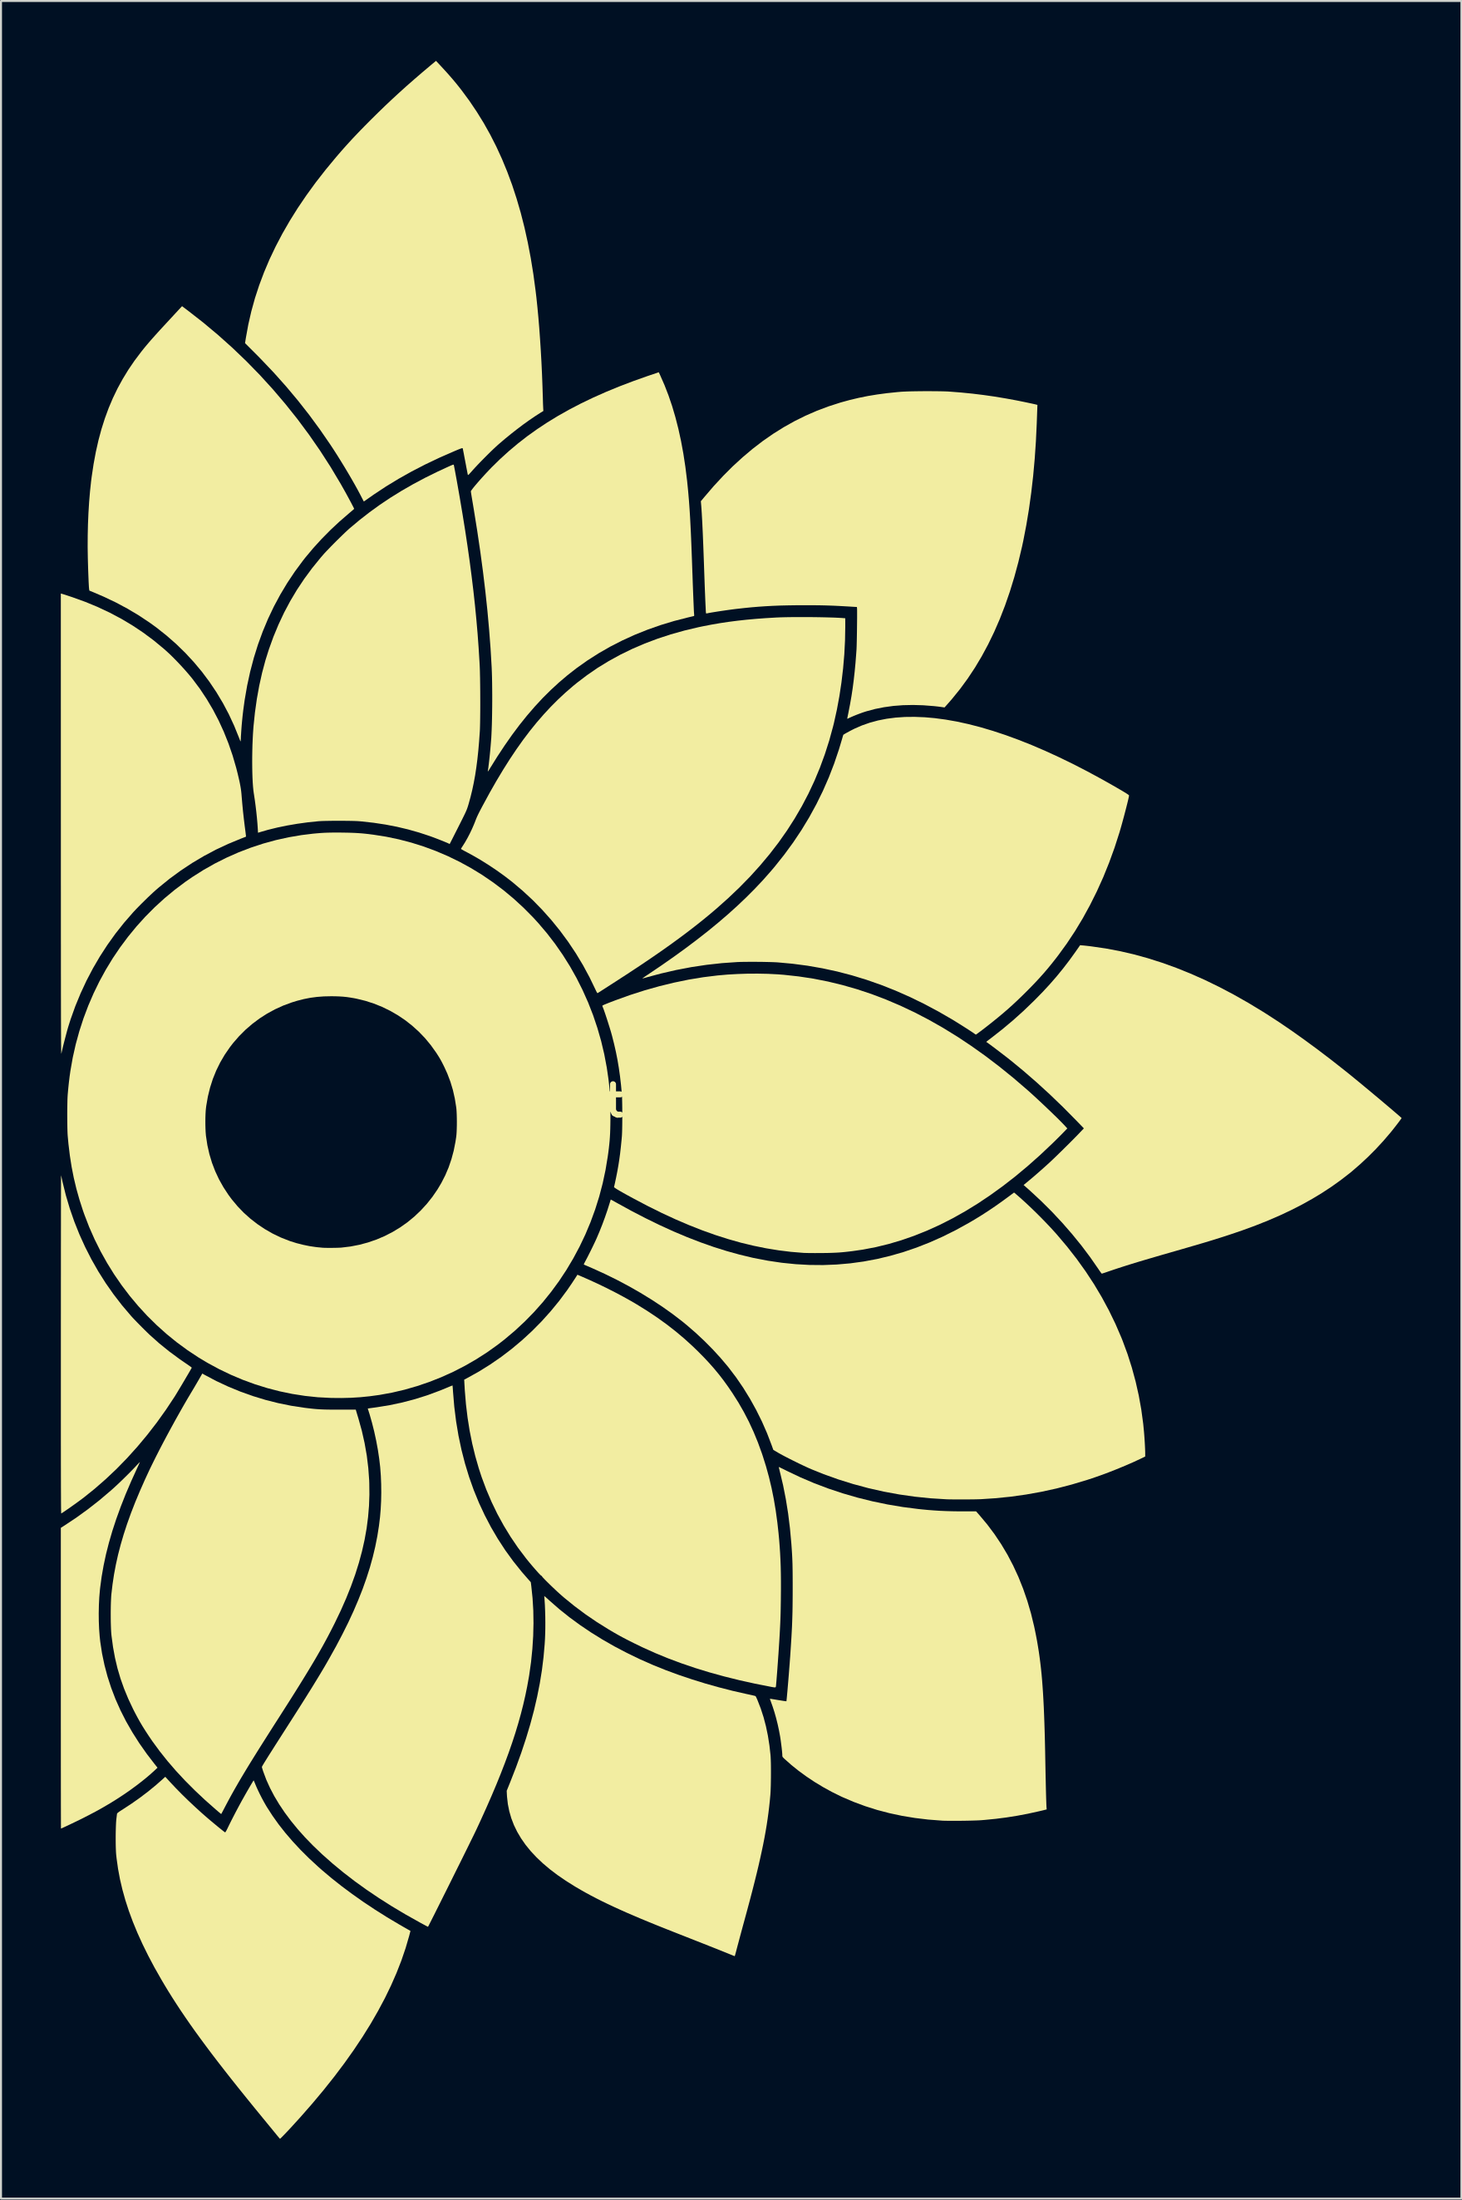
<source format=kicad_pcb>
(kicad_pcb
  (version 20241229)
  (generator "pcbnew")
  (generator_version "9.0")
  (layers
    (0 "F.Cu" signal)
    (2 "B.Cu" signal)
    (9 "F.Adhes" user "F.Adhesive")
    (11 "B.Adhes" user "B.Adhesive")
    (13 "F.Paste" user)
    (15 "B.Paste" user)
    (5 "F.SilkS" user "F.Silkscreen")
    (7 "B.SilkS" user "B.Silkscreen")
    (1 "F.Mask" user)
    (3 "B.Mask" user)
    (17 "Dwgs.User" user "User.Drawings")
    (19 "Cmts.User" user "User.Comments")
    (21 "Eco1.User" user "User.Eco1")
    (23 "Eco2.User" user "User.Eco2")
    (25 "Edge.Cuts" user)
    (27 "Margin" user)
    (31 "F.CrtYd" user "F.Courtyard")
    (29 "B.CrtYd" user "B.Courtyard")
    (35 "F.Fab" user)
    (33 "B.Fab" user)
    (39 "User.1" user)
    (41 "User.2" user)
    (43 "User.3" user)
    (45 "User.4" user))
  (footprint "lotusFinal"
    (layer "F.Cu")
    (at 30.771 52.129)
    (property "Reference" "lotusFinal" (at 0 0 0) (layer "F.SilkS") (effects (font (size 1.524 1.524) (thickness 0.3))))
    (attr board_only exclude_from_pos_files exclude_from_bom)
    (fp_poly (pts (xy -26.813 18.119) (xy -26.831 18.16) (xy -26.858 18.222) (xy -26.894 18.299) (xy -26.935 18.388) (xy -26.942 18.403) (xy -27.244 19.066) (xy -27.52 19.711) (xy -27.768 20.341) (xy -27.991 20.955) (xy -28.188 21.556) (xy -28.359 22.144) (xy -28.506 22.722) (xy -28.627 23.29) (xy -28.725 23.849) (xy -28.799 24.401) (xy -28.812 24.524) (xy -28.844 24.898) (xy -28.863 25.288) (xy -28.871 25.685) (xy -28.867 26.081) (xy -28.851 26.469) (xy -28.823 26.84) (xy -28.795 27.102) (xy -28.705 27.693) (xy -28.583 28.276) (xy -28.43 28.853) (xy -28.245 29.423) (xy -28.029 29.988) (xy -27.78 30.546) (xy -27.499 31.1) (xy -27.185 31.647) (xy -26.84 32.19) (xy -26.461 32.729) (xy -26.088 33.215) (xy -25.923 33.422) (xy -26.071 33.561) (xy -26.271 33.743) (xy -26.497 33.935) (xy -26.743 34.132) (xy -27.003 34.332) (xy -27.273 34.53) (xy -27.547 34.721) (xy -27.654 34.793) (xy -27.982 35.007) (xy -28.312 35.212) (xy -28.65 35.41) (xy -29.002 35.607) (xy -29.376 35.804) (xy -29.636 35.937) (xy -29.737 35.988) (xy -29.85 36.043) (xy -29.969 36.101) (xy -30.093 36.161) (xy -30.216 36.22) (xy -30.335 36.277) (xy -30.447 36.33) (xy -30.548 36.377) (xy -30.634 36.417) (xy -30.701 36.447) (xy -30.746 36.466) (xy -30.764 36.472) (xy -30.764 36.456) (xy -30.765 36.407) (xy -30.765 36.328) (xy -30.766 36.219) (xy -30.766 36.081) (xy -30.766 35.915) (xy -30.767 35.722) (xy -30.767 35.503) (xy -30.768 35.26) (xy -30.768 34.992) (xy -30.768 34.702) (xy -30.769 34.391) (xy -30.769 34.059) (xy -30.769 33.707) (xy -30.77 33.337) (xy -30.77 32.949) (xy -30.77 32.545) (xy -30.77 32.125) (xy -30.77 31.691) (xy -30.771 31.243) (xy -30.771 30.784) (xy -30.771 30.312) (xy -30.771 29.831) (xy -30.771 29.34) (xy -30.771 28.936) (xy -30.771 21.4) (xy -30.61 21.297) (xy -30.009 20.899) (xy -29.417 20.471) (xy -28.838 20.018) (xy -28.278 19.543) (xy -28.13 19.412) (xy -28.002 19.294) (xy -27.861 19.162) (xy -27.711 19.019) (xy -27.56 18.871) (xy -27.411 18.724) (xy -27.27 18.582) (xy -27.142 18.451) (xy -27.032 18.336) (xy -27.011 18.313) (xy -26.947 18.244) (xy -26.891 18.185) (xy -26.847 18.139) (xy -26.818 18.111) (xy -26.808 18.103)) (stroke (width 0) (type solid)) (fill yes) (layer "F.SilkS"))
    (fp_poly (pts (xy -30.754 3.753) (xy -30.742 3.806) (xy -30.725 3.879) (xy -30.706 3.967) (xy -30.688 4.049) (xy -30.521 4.726) (xy -30.323 5.393) (xy -30.095 6.051) (xy -29.837 6.696) (xy -29.55 7.328) (xy -29.235 7.945) (xy -28.892 8.547) (xy -28.522 9.132) (xy -28.125 9.698) (xy -27.703 10.245) (xy -27.256 10.77) (xy -27.23 10.8) (xy -27.152 10.885) (xy -27.055 10.987) (xy -26.943 11.103) (xy -26.823 11.225) (xy -26.699 11.351) (xy -26.576 11.473) (xy -26.459 11.588) (xy -26.353 11.69) (xy -26.301 11.74) (xy -25.83 12.159) (xy -25.33 12.563) (xy -24.803 12.951) (xy -24.524 13.143) (xy -24.433 13.204) (xy -24.353 13.26) (xy -24.286 13.307) (xy -24.238 13.344) (xy -24.211 13.366) (xy -24.206 13.372) (xy -24.216 13.393) (xy -24.242 13.439) (xy -24.28 13.506) (xy -24.33 13.592) (xy -24.389 13.693) (xy -24.455 13.805) (xy -24.526 13.926) (xy -24.6 14.052) (xy -24.676 14.18) (xy -24.751 14.306) (xy -24.824 14.427) (xy -24.892 14.54) (xy -24.953 14.642) (xy -25.006 14.728) (xy -25.048 14.797) (xy -25.065 14.824) (xy -25.502 15.483) (xy -25.959 16.122) (xy -26.436 16.738) (xy -26.931 17.331) (xy -27.443 17.899) (xy -27.971 18.441) (xy -28.515 18.955) (xy -29.072 19.441) (xy -29.622 19.883) (xy -29.718 19.955) (xy -29.828 20.036) (xy -29.948 20.124) (xy -30.074 20.215) (xy -30.202 20.306) (xy -30.327 20.395) (xy -30.446 20.477) (xy -30.553 20.551) (xy -30.645 20.613) (xy -30.718 20.66) (xy -30.75 20.68) (xy -30.752 20.675) (xy -30.753 20.659) (xy -30.755 20.63) (xy -30.756 20.587) (xy -30.757 20.531) (xy -30.759 20.46) (xy -30.76 20.373) (xy -30.761 20.271) (xy -30.762 20.151) (xy -30.763 20.014) (xy -30.763 19.859) (xy -30.764 19.684) (xy -30.765 19.49) (xy -30.766 19.275) (xy -30.766 19.039) (xy -30.767 18.781) (xy -30.767 18.501) (xy -30.768 18.197) (xy -30.768 17.869) (xy -30.768 17.516) (xy -30.769 17.138) (xy -30.769 16.733) (xy -30.769 16.302) (xy -30.769 15.842) (xy -30.769 15.355) (xy -30.769 14.838) (xy -30.769 14.291) (xy -30.769 13.714) (xy -30.769 13.105) (xy -30.769 12.464) (xy -30.769 12.193) (xy -30.769 11.665) (xy -30.769 11.145) (xy -30.768 10.635) (xy -30.768 10.135) (xy -30.768 9.646) (xy -30.768 9.17) (xy -30.767 8.707) (xy -30.767 8.259) (xy -30.767 7.825) (xy -30.767 7.408) (xy -30.766 7.008) (xy -30.766 6.626) (xy -30.765 6.263) (xy -30.765 5.921) (xy -30.765 5.599) (xy -30.764 5.299) (xy -30.764 5.023) (xy -30.763 4.77) (xy -30.763 4.542) (xy -30.762 4.34) (xy -30.762 4.166) (xy -30.762 4.018) (xy -30.761 3.9) (xy -30.761 3.812) (xy -30.76 3.754) (xy -30.76 3.728) (xy -30.759 3.727)) (stroke (width 0) (type solid)) (fill yes) (layer "F.SilkS"))
    (fp_poly (pts (xy -24.399 -39.611) (xy -23.635 -39.015) (xy -22.892 -38.394) (xy -22.17 -37.748) (xy -21.471 -37.078) (xy -20.794 -36.385) (xy -20.141 -35.669) (xy -19.512 -34.931) (xy -18.907 -34.173) (xy -18.328 -33.394) (xy -17.775 -32.596) (xy -17.248 -31.779) (xy -16.749 -30.944) (xy -16.536 -30.567) (xy -16.472 -30.452) (xy -16.407 -30.333) (xy -16.342 -30.213) (xy -16.28 -30.097) (xy -16.221 -29.988) (xy -16.17 -29.889) (xy -16.126 -29.805) (xy -16.092 -29.739) (xy -16.071 -29.694) (xy -16.063 -29.675) (xy -16.075 -29.662) (xy -16.109 -29.631) (xy -16.16 -29.587) (xy -16.226 -29.531) (xy -16.301 -29.468) (xy -16.307 -29.463) (xy -16.786 -29.049) (xy -17.249 -28.617) (xy -17.692 -28.169) (xy -18.11 -27.711) (xy -18.501 -27.245) (xy -18.629 -27.082) (xy -19.037 -26.531) (xy -19.416 -25.963) (xy -19.766 -25.379) (xy -20.089 -24.778) (xy -20.383 -24.16) (xy -20.648 -23.525) (xy -20.886 -22.873) (xy -21.095 -22.204) (xy -21.276 -21.517) (xy -21.429 -20.814) (xy -21.554 -20.093) (xy -21.623 -19.591) (xy -21.654 -19.329) (xy -21.68 -19.072) (xy -21.704 -18.812) (xy -21.724 -18.539) (xy -21.742 -18.247) (xy -21.752 -18.063) (xy -21.754 -18.035) (xy -21.758 -18.022) (xy -21.765 -18.026) (xy -21.778 -18.052) (xy -21.798 -18.101) (xy -21.827 -18.178) (xy -21.837 -18.203) (xy -22.079 -18.8) (xy -22.348 -19.38) (xy -22.645 -19.941) (xy -22.97 -20.483) (xy -23.321 -21.006) (xy -23.698 -21.51) (xy -24.102 -21.993) (xy -24.531 -22.456) (xy -24.986 -22.899) (xy -25.466 -23.32) (xy -25.97 -23.72) (xy -26.325 -23.977) (xy -26.864 -24.335) (xy -27.427 -24.67) (xy -28.015 -24.984) (xy -28.626 -25.274) (xy -29.093 -25.475) (xy -29.341 -25.577) (xy -29.352 -25.649) (xy -29.358 -25.698) (xy -29.364 -25.777) (xy -29.37 -25.884) (xy -29.377 -26.015) (xy -29.383 -26.168) (xy -29.39 -26.339) (xy -29.397 -26.527) (xy -29.404 -26.728) (xy -29.41 -26.939) (xy -29.416 -27.158) (xy -29.417 -27.193) (xy -29.426 -27.766) (xy -29.423 -28.341) (xy -29.41 -28.912) (xy -29.386 -29.474) (xy -29.352 -30.023) (xy -29.307 -30.552) (xy -29.253 -31.058) (xy -29.224 -31.283) (xy -29.129 -31.918) (xy -29.016 -32.526) (xy -28.885 -33.109) (xy -28.734 -33.67) (xy -28.563 -34.209) (xy -28.372 -34.728) (xy -28.159 -35.23) (xy -27.925 -35.715) (xy -27.667 -36.186) (xy -27.387 -36.645) (xy -27.082 -37.093) (xy -26.752 -37.531) (xy -26.712 -37.582) (xy -26.627 -37.689) (xy -26.542 -37.793) (xy -26.455 -37.897) (xy -26.365 -38.003) (xy -26.269 -38.114) (xy -26.164 -38.233) (xy -26.049 -38.362) (xy -25.922 -38.503) (xy -25.779 -38.66) (xy -25.619 -38.833) (xy -25.44 -39.027) (xy -25.327 -39.149) (xy -25.219 -39.265) (xy -25.117 -39.376) (xy -25.022 -39.479) (xy -24.937 -39.57) (xy -24.865 -39.648) (xy -24.808 -39.709) (xy -24.769 -39.751) (xy -24.753 -39.768) (xy -24.693 -39.833)) (stroke (width 0) (type solid)) (fill yes) (layer "F.SilkS"))
    (fp_poly (pts (xy -30.684 -25.406) (xy -30.645 -25.394) (xy -30.579 -25.374) (xy -30.493 -25.346) (xy -30.392 -25.312) (xy -30.28 -25.275) (xy -30.184 -25.243) (xy -29.543 -25.012) (xy -28.922 -24.755) (xy -28.32 -24.472) (xy -27.739 -24.164) (xy -27.178 -23.829) (xy -26.638 -23.469) (xy -26.119 -23.084) (xy -25.622 -22.673) (xy -25.491 -22.558) (xy -25.317 -22.398) (xy -25.131 -22.216) (xy -24.938 -22.019) (xy -24.744 -21.814) (xy -24.555 -21.606) (xy -24.377 -21.402) (xy -24.215 -21.208) (xy -24.158 -21.136) (xy -23.795 -20.65) (xy -23.458 -20.142) (xy -23.145 -19.614) (xy -22.859 -19.067) (xy -22.599 -18.5) (xy -22.365 -17.915) (xy -22.158 -17.312) (xy -21.978 -16.693) (xy -21.906 -16.41) (xy -21.86 -16.215) (xy -21.821 -16.046) (xy -21.79 -15.897) (xy -21.765 -15.763) (xy -21.744 -15.639) (xy -21.728 -15.518) (xy -21.715 -15.396) (xy -21.706 -15.281) (xy -21.674 -14.905) (xy -21.637 -14.516) (xy -21.594 -14.13) (xy -21.549 -13.76) (xy -21.54 -13.694) (xy -21.525 -13.577) (xy -21.511 -13.471) (xy -21.5 -13.381) (xy -21.492 -13.31) (xy -21.487 -13.264) (xy -21.486 -13.246) (xy -21.486 -13.245) (xy -21.503 -13.238) (xy -21.545 -13.221) (xy -21.607 -13.196) (xy -21.685 -13.166) (xy -21.748 -13.142) (xy -22.381 -12.881) (xy -22.999 -12.591) (xy -23.601 -12.271) (xy -24.187 -11.923) (xy -24.756 -11.546) (xy -25.31 -11.141) (xy -25.846 -10.707) (xy -26.028 -10.55) (xy -26.143 -10.446) (xy -26.275 -10.323) (xy -26.419 -10.187) (xy -26.568 -10.041) (xy -26.718 -9.893) (xy -26.864 -9.746) (xy -26.999 -9.607) (xy -27.118 -9.48) (xy -27.151 -9.444) (xy -27.604 -8.924) (xy -28.032 -8.383) (xy -28.435 -7.821) (xy -28.812 -7.24) (xy -29.162 -6.641) (xy -29.484 -6.026) (xy -29.778 -5.395) (xy -30.044 -4.75) (xy -30.28 -4.091) (xy -30.399 -3.716) (xy -30.428 -3.616) (xy -30.463 -3.492) (xy -30.501 -3.349) (xy -30.542 -3.194) (xy -30.584 -3.033) (xy -30.625 -2.872) (xy -30.663 -2.719) (xy -30.696 -2.579) (xy -30.725 -2.458) (xy -30.743 -2.371) (xy -30.745 -2.367) (xy -30.746 -2.368) (xy -30.748 -2.377) (xy -30.749 -2.393) (xy -30.751 -2.418) (xy -30.752 -2.452) (xy -30.753 -2.495) (xy -30.754 -2.549) (xy -30.755 -2.614) (xy -30.756 -2.691) (xy -30.757 -2.78) (xy -30.758 -2.883) (xy -30.759 -2.999) (xy -30.76 -3.13) (xy -30.76 -3.277) (xy -30.761 -3.439) (xy -30.762 -3.618) (xy -30.762 -3.814) (xy -30.763 -4.028) (xy -30.764 -4.26) (xy -30.764 -4.513) (xy -30.765 -4.785) (xy -30.765 -5.078) (xy -30.766 -5.392) (xy -30.766 -5.728) (xy -30.766 -6.088) (xy -30.767 -6.47) (xy -30.767 -6.877) (xy -30.767 -7.309) (xy -30.767 -7.766) (xy -30.768 -8.25) (xy -30.768 -8.76) (xy -30.768 -9.298) (xy -30.768 -9.865) (xy -30.768 -10.46) (xy -30.769 -11.085) (xy -30.769 -11.74) (xy -30.769 -12.427) (xy -30.769 -13.145) (xy -30.769 -13.844) (xy -30.771 -25.431)) (stroke (width 0) (type solid)) (fill yes) (layer "F.SilkS"))
    (fp_poly (pts (xy -0.718 -36.366) (xy -0.502 -35.874) (xy -0.303 -35.361) (xy -0.121 -34.826) (xy 0.044 -34.266) (xy 0.193 -33.683) (xy 0.326 -33.074) (xy 0.443 -32.439) (xy 0.544 -31.777) (xy 0.629 -31.087) (xy 0.668 -30.705) (xy 0.687 -30.507) (xy 0.704 -30.309) (xy 0.721 -30.111) (xy 0.736 -29.909) (xy 0.751 -29.701) (xy 0.765 -29.484) (xy 0.779 -29.256) (xy 0.792 -29.016) (xy 0.805 -28.76) (xy 0.818 -28.486) (xy 0.831 -28.192) (xy 0.844 -27.875) (xy 0.857 -27.534) (xy 0.871 -27.165) (xy 0.885 -26.767) (xy 0.892 -26.565) (xy 0.901 -26.332) (xy 0.908 -26.126) (xy 0.914 -25.94) (xy 0.921 -25.769) (xy 0.927 -25.607) (xy 0.933 -25.447) (xy 0.94 -25.283) (xy 0.947 -25.108) (xy 0.955 -24.918) (xy 0.964 -24.706) (xy 0.967 -24.632) (xy 0.971 -24.545) (xy 0.976 -24.467) (xy 0.981 -24.403) (xy 0.985 -24.364) (xy 0.985 -24.363) (xy 0.985 -24.318) (xy 0.972 -24.302) (xy 0.949 -24.297) (xy 0.9 -24.285) (xy 0.83 -24.268) (xy 0.744 -24.248) (xy 0.653 -24.226) (xy -0.034 -24.05) (xy -0.706 -23.846) (xy -1.362 -23.615) (xy -2 -23.359) (xy -2.621 -23.076) (xy -3.223 -22.768) (xy -3.804 -22.435) (xy -4.364 -22.078) (xy -4.902 -21.697) (xy -4.925 -21.68) (xy -5.364 -21.337) (xy -5.791 -20.975) (xy -6.206 -20.593) (xy -6.611 -20.191) (xy -7.006 -19.765) (xy -7.394 -19.315) (xy -7.776 -18.84) (xy -8.152 -18.337) (xy -8.524 -17.805) (xy -8.894 -17.244) (xy -9.218 -16.724) (xy -9.275 -16.632) (xy -9.317 -16.566) (xy -9.345 -16.527) (xy -9.36 -16.512) (xy -9.364 -16.52) (xy -9.363 -16.525) (xy -9.348 -16.618) (xy -9.331 -16.74) (xy -9.313 -16.885) (xy -9.294 -17.048) (xy -9.275 -17.223) (xy -9.256 -17.407) (xy -9.238 -17.594) (xy -9.222 -17.779) (xy -9.207 -17.957) (xy -9.194 -18.123) (xy -9.189 -18.187) (xy -9.178 -18.39) (xy -9.168 -18.622) (xy -9.159 -18.877) (xy -9.152 -19.151) (xy -9.147 -19.439) (xy -9.143 -19.736) (xy -9.141 -20.038) (xy -9.141 -20.34) (xy -9.143 -20.637) (xy -9.146 -20.925) (xy -9.151 -21.198) (xy -9.158 -21.452) (xy -9.167 -21.683) (xy -9.171 -21.764) (xy -9.225 -22.683) (xy -9.296 -23.617) (xy -9.382 -24.567) (xy -9.485 -25.536) (xy -9.604 -26.525) (xy -9.74 -27.537) (xy -9.893 -28.572) (xy -10.063 -29.633) (xy -10.122 -29.989) (xy -10.144 -30.118) (xy -10.164 -30.238) (xy -10.182 -30.345) (xy -10.196 -30.433) (xy -10.206 -30.5) (xy -10.212 -30.541) (xy -10.213 -30.551) (xy -10.202 -30.577) (xy -10.17 -30.625) (xy -10.12 -30.692) (xy -10.054 -30.775) (xy -9.973 -30.872) (xy -9.881 -30.98) (xy -9.779 -31.096) (xy -9.67 -31.219) (xy -9.556 -31.345) (xy -9.439 -31.472) (xy -9.321 -31.597) (xy -9.204 -31.718) (xy -9.172 -31.752) (xy -8.749 -32.167) (xy -8.311 -32.565) (xy -7.855 -32.948) (xy -7.382 -33.316) (xy -6.888 -33.669) (xy -6.374 -34.009) (xy -5.838 -34.336) (xy -5.278 -34.651) (xy -4.694 -34.955) (xy -4.084 -35.248) (xy -3.447 -35.531) (xy -2.782 -35.805) (xy -2.087 -36.07) (xy -1.361 -36.328) (xy -1.201 -36.382) (xy -0.79 -36.521)) (stroke (width 0) (type solid)) (fill yes) (layer "F.SilkS"))
    (fp_poly (pts (xy 6.614 -24.249) (xy 6.863 -24.248) (xy 7.111 -24.245) (xy 7.352 -24.241) (xy 7.583 -24.236) (xy 7.8 -24.23) (xy 8 -24.224) (xy 8.178 -24.216) (xy 8.33 -24.208) (xy 8.441 -24.2) (xy 8.56 -24.19) (xy 8.56 -23.766) (xy 8.548 -23.077) (xy 8.512 -22.378) (xy 8.452 -21.677) (xy 8.37 -20.979) (xy 8.266 -20.288) (xy 8.141 -19.612) (xy 7.996 -18.955) (xy 7.95 -18.769) (xy 7.757 -18.064) (xy 7.537 -17.375) (xy 7.29 -16.702) (xy 7.016 -16.044) (xy 6.714 -15.4) (xy 6.384 -14.771) (xy 6.025 -14.154) (xy 5.638 -13.55) (xy 5.221 -12.957) (xy 4.774 -12.376) (xy 4.297 -11.806) (xy 3.79 -11.245) (xy 3.251 -10.694) (xy 2.681 -10.152) (xy 2.09 -9.626) (xy 1.74 -9.33) (xy 1.379 -9.034) (xy 1.003 -8.737) (xy 0.612 -8.436) (xy 0.203 -8.131) (xy -0.226 -7.819) (xy -0.677 -7.5) (xy -1.151 -7.173) (xy -1.652 -6.834) (xy -2.18 -6.484) (xy -2.256 -6.434) (xy -2.341 -6.378) (xy -2.443 -6.312) (xy -2.558 -6.237) (xy -2.684 -6.156) (xy -2.816 -6.07) (xy -2.953 -5.981) (xy -3.091 -5.892) (xy -3.227 -5.805) (xy -3.358 -5.72) (xy -3.48 -5.642) (xy -3.591 -5.571) (xy -3.687 -5.509) (xy -3.765 -5.459) (xy -3.823 -5.423) (xy -3.856 -5.402) (xy -3.86 -5.4) (xy -3.874 -5.409) (xy -3.898 -5.446) (xy -3.93 -5.506) (xy -3.958 -5.566) (xy -4.261 -6.193) (xy -4.591 -6.804) (xy -4.948 -7.397) (xy -5.332 -7.972) (xy -5.741 -8.527) (xy -6.174 -9.061) (xy -6.631 -9.574) (xy -7.11 -10.064) (xy -7.612 -10.529) (xy -8.134 -10.97) (xy -8.148 -10.981) (xy -8.521 -11.269) (xy -8.916 -11.552) (xy -9.324 -11.825) (xy -9.737 -12.083) (xy -10.147 -12.32) (xy -10.407 -12.46) (xy -10.498 -12.508) (xy -10.577 -12.551) (xy -10.642 -12.588) (xy -10.686 -12.614) (xy -10.707 -12.629) (xy -10.708 -12.631) (xy -10.7 -12.649) (xy -10.677 -12.688) (xy -10.644 -12.74) (xy -10.629 -12.763) (xy -10.51 -12.951) (xy -10.388 -13.164) (xy -10.269 -13.392) (xy -10.156 -13.628) (xy -10.054 -13.864) (xy -10.007 -13.981) (xy -9.973 -14.07) (xy -9.942 -14.148) (xy -9.912 -14.219) (xy -9.881 -14.288) (xy -9.847 -14.36) (xy -9.807 -14.44) (xy -9.76 -14.533) (xy -9.702 -14.643) (xy -9.632 -14.776) (xy -9.597 -14.84) (xy -9.262 -15.457) (xy -8.928 -16.042) (xy -8.595 -16.597) (xy -8.262 -17.124) (xy -7.928 -17.623) (xy -7.592 -18.096) (xy -7.253 -18.544) (xy -6.909 -18.969) (xy -6.559 -19.372) (xy -6.204 -19.755) (xy -5.84 -20.119) (xy -5.469 -20.465) (xy -5.087 -20.795) (xy -4.9 -20.948) (xy -4.387 -21.339) (xy -3.853 -21.706) (xy -3.296 -22.047) (xy -2.718 -22.364) (xy -2.118 -22.656) (xy -1.497 -22.923) (xy -0.854 -23.165) (xy -0.189 -23.383) (xy 0.497 -23.575) (xy 1.204 -23.743) (xy 1.42 -23.788) (xy 1.849 -23.871) (xy 2.277 -23.945) (xy 2.71 -24.01) (xy 3.153 -24.067) (xy 3.609 -24.117) (xy 4.084 -24.16) (xy 4.581 -24.197) (xy 5.107 -24.228) (xy 5.139 -24.229) (xy 5.294 -24.236) (xy 5.473 -24.241) (xy 5.674 -24.245) (xy 5.893 -24.248) (xy 6.125 -24.25) (xy 6.367 -24.25)) (stroke (width 0) (type solid)) (fill yes) (layer "F.SilkS"))
    (fp_poly (pts (xy -6.474 24.864) (xy -6.44 24.893) (xy -6.388 24.938) (xy -6.325 24.995) (xy -6.256 25.058) (xy -6.236 25.076) (xy -5.767 25.485) (xy -5.268 25.883) (xy -4.741 26.269) (xy -4.188 26.642) (xy -3.61 27.001) (xy -3.009 27.344) (xy -2.388 27.67) (xy -1.747 27.98) (xy -1.088 28.271) (xy -0.428 28.537) (xy 0.206 28.77) (xy 0.865 28.992) (xy 1.539 29.201) (xy 2.222 29.393) (xy 2.905 29.568) (xy 3.581 29.722) (xy 3.66 29.739) (xy 3.769 29.762) (xy 3.867 29.784) (xy 3.95 29.803) (xy 4.013 29.819) (xy 4.051 29.829) (xy 4.06 29.833) (xy 4.074 29.853) (xy 4.097 29.898) (xy 4.126 29.96) (xy 4.158 30.032) (xy 4.158 30.032) (xy 4.322 30.453) (xy 4.463 30.888) (xy 4.582 31.34) (xy 4.68 31.81) (xy 4.758 32.302) (xy 4.812 32.787) (xy 4.819 32.891) (xy 4.825 33.024) (xy 4.83 33.179) (xy 4.833 33.352) (xy 4.834 33.537) (xy 4.834 33.73) (xy 4.833 33.925) (xy 4.83 34.117) (xy 4.827 34.301) (xy 4.821 34.473) (xy 4.815 34.626) (xy 4.807 34.755) (xy 4.803 34.802) (xy 4.776 35.097) (xy 4.744 35.391) (xy 4.708 35.687) (xy 4.667 35.987) (xy 4.621 36.292) (xy 4.569 36.604) (xy 4.511 36.926) (xy 4.446 37.259) (xy 4.374 37.605) (xy 4.295 37.966) (xy 4.209 38.344) (xy 4.114 38.741) (xy 4.01 39.16) (xy 3.898 39.601) (xy 3.776 40.067) (xy 3.644 40.559) (xy 3.502 41.081) (xy 3.454 41.256) (xy 3.438 41.315) (xy 3.415 41.4) (xy 3.386 41.508) (xy 3.352 41.634) (xy 3.315 41.772) (xy 3.275 41.919) (xy 3.235 42.07) (xy 3.195 42.22) (xy 3.156 42.364) (xy 3.121 42.497) (xy 3.09 42.615) (xy 3.064 42.713) (xy 3.044 42.786) (xy 3.039 42.806) (xy 3.026 42.845) (xy 3.014 42.866) (xy 3.011 42.867) (xy 2.993 42.861) (xy 2.949 42.843) (xy 2.884 42.817) (xy 2.802 42.784) (xy 2.709 42.746) (xy 2.677 42.733) (xy 2.574 42.691) (xy 2.447 42.64) (xy 2.295 42.579) (xy 2.118 42.508) (xy 1.915 42.428) (xy 1.685 42.337) (xy 1.428 42.235) (xy 1.143 42.123) (xy 0.829 41.999) (xy 0.486 41.864) (xy 0.116 41.719) (xy -0.373 41.526) (xy -0.831 41.343) (xy -1.262 41.168) (xy -1.668 41) (xy -2.048 40.839) (xy -2.407 40.684) (xy -2.745 40.533) (xy -3.065 40.387) (xy -3.368 40.244) (xy -3.657 40.104) (xy -3.932 39.965) (xy -4.196 39.827) (xy -4.451 39.689) (xy -4.698 39.549) (xy -4.94 39.408) (xy -5.005 39.369) (xy -5.453 39.088) (xy -5.869 38.802) (xy -6.253 38.511) (xy -6.604 38.214) (xy -6.924 37.911) (xy -7.212 37.603) (xy -7.468 37.288) (xy -7.693 36.966) (xy -7.888 36.637) (xy -8.051 36.302) (xy -8.183 35.959) (xy -8.285 35.608) (xy -8.357 35.249) (xy -8.399 34.882) (xy -8.405 34.785) (xy -8.415 34.58) (xy -8.241 34.15) (xy -7.948 33.4) (xy -7.682 32.666) (xy -7.444 31.947) (xy -7.232 31.241) (xy -7.047 30.549) (xy -6.889 29.867) (xy -6.756 29.196) (xy -6.649 28.533) (xy -6.568 27.878) (xy -6.511 27.228) (xy -6.495 26.962) (xy -6.485 26.711) (xy -6.479 26.436) (xy -6.478 26.147) (xy -6.481 25.852) (xy -6.489 25.561) (xy -6.5 25.281) (xy -6.516 25.023) (xy -6.521 24.955) (xy -6.532 24.815)) (stroke (width 0) (type solid)) (fill yes) (layer "F.SilkS"))
    (fp_poly (pts (xy -23.56 13.733) (xy -22.979 14.04) (xy -22.381 14.319) (xy -21.769 14.571) (xy -21.144 14.794) (xy -20.511 14.987) (xy -19.87 15.149) (xy -19.225 15.28) (xy -18.578 15.379) (xy -18.534 15.385) (xy -18.369 15.405) (xy -18.222 15.422) (xy -18.088 15.436) (xy -17.96 15.447) (xy -17.836 15.456) (xy -17.708 15.463) (xy -17.574 15.468) (xy -17.427 15.472) (xy -17.262 15.474) (xy -17.076 15.476) (xy -16.862 15.476) (xy -16.82 15.476) (xy -15.983 15.476) (xy -15.958 15.559) (xy -15.946 15.602) (xy -15.925 15.67) (xy -15.9 15.755) (xy -15.871 15.85) (xy -15.849 15.923) (xy -15.679 16.535) (xy -15.54 17.154) (xy -15.431 17.776) (xy -15.355 18.399) (xy -15.31 19.02) (xy -15.305 19.167) (xy -15.299 19.733) (xy -15.319 20.297) (xy -15.366 20.862) (xy -15.439 21.428) (xy -15.54 21.996) (xy -15.669 22.569) (xy -15.825 23.148) (xy -16.009 23.734) (xy -16.222 24.327) (xy -16.464 24.931) (xy -16.735 25.546) (xy -17.036 26.173) (xy -17.055 26.212) (xy -17.167 26.432) (xy -17.279 26.65) (xy -17.393 26.868) (xy -17.511 27.087) (xy -17.633 27.31) (xy -17.761 27.537) (xy -17.895 27.772) (xy -18.037 28.016) (xy -18.188 28.27) (xy -18.349 28.537) (xy -18.52 28.818) (xy -18.704 29.116) (xy -18.9 29.432) (xy -19.111 29.768) (xy -19.337 30.125) (xy -19.58 30.506) (xy -19.837 30.909) (xy -20.092 31.306) (xy -20.329 31.679) (xy -20.55 32.027) (xy -20.756 32.352) (xy -20.948 32.658) (xy -21.126 32.944) (xy -21.293 33.213) (xy -21.448 33.467) (xy -21.593 33.707) (xy -21.729 33.935) (xy -21.857 34.153) (xy -21.978 34.363) (xy -22.094 34.566) (xy -22.204 34.763) (xy -22.311 34.958) (xy -22.414 35.15) (xy -22.516 35.343) (xy -22.573 35.452) (xy -22.62 35.541) (xy -22.661 35.619) (xy -22.695 35.682) (xy -22.719 35.725) (xy -22.73 35.745) (xy -22.731 35.745) (xy -22.744 35.735) (xy -22.779 35.706) (xy -22.831 35.663) (xy -22.897 35.607) (xy -22.972 35.542) (xy -22.99 35.528) (xy -23.539 35.043) (xy -24.056 34.557) (xy -24.542 34.07) (xy -24.996 33.582) (xy -25.42 33.091) (xy -25.814 32.596) (xy -26.18 32.098) (xy -26.369 31.82) (xy -26.527 31.579) (xy -26.669 31.353) (xy -26.8 31.133) (xy -26.924 30.911) (xy -27.049 30.676) (xy -27.15 30.478) (xy -27.389 29.971) (xy -27.598 29.465) (xy -27.778 28.958) (xy -27.93 28.444) (xy -28.054 27.92) (xy -28.153 27.381) (xy -28.228 26.823) (xy -28.238 26.733) (xy -28.247 26.615) (xy -28.255 26.468) (xy -28.261 26.3) (xy -28.266 26.115) (xy -28.268 25.919) (xy -28.269 25.718) (xy -28.268 25.518) (xy -28.265 25.322) (xy -28.26 25.138) (xy -28.253 24.971) (xy -28.245 24.826) (xy -28.237 24.731) (xy -28.179 24.236) (xy -28.105 23.742) (xy -28.012 23.247) (xy -27.901 22.747) (xy -27.77 22.242) (xy -27.62 21.729) (xy -27.449 21.205) (xy -27.257 20.669) (xy -27.043 20.119) (xy -26.806 19.553) (xy -26.547 18.968) (xy -26.318 18.475) (xy -26.168 18.167) (xy -26.003 17.835) (xy -25.825 17.485) (xy -25.635 17.121) (xy -25.437 16.749) (xy -25.233 16.372) (xy -25.026 15.995) (xy -24.817 15.622) (xy -24.611 15.259) (xy -24.408 14.91) (xy -24.211 14.579) (xy -24.194 14.551) (xy -24.124 14.434) (xy -24.049 14.307) (xy -23.974 14.179) (xy -23.904 14.059) (xy -23.844 13.957) (xy -23.832 13.935) (xy -23.679 13.667)) (stroke (width 0) (type solid)) (fill yes) (layer "F.SilkS"))
    (fp_poly (pts (xy -11.821 -51.981) (xy -11.614 -51.758) (xy -11.426 -51.552) (xy -11.256 -51.36) (xy -11.098 -51.177) (xy -10.949 -50.998) (xy -10.806 -50.82) (xy -10.669 -50.645) (xy -10.28 -50.117) (xy -9.912 -49.571) (xy -9.565 -49.009) (xy -9.239 -48.427) (xy -8.934 -47.827) (xy -8.65 -47.207) (xy -8.386 -46.566) (xy -8.141 -45.904) (xy -7.917 -45.219) (xy -7.711 -44.512) (xy -7.525 -43.781) (xy -7.358 -43.025) (xy -7.209 -42.244) (xy -7.078 -41.436) (xy -6.966 -40.602) (xy -6.925 -40.257) (xy -6.875 -39.778) (xy -6.827 -39.271) (xy -6.783 -38.738) (xy -6.743 -38.184) (xy -6.706 -37.614) (xy -6.673 -37.029) (xy -6.645 -36.436) (xy -6.622 -35.837) (xy -6.603 -35.236) (xy -6.602 -35.208) (xy -6.599 -35.093) (xy -6.596 -34.98) (xy -6.592 -34.875) (xy -6.588 -34.787) (xy -6.585 -34.724) (xy -6.585 -34.72) (xy -6.577 -34.58) (xy -6.737 -34.481) (xy -7.006 -34.308) (xy -7.29 -34.114) (xy -7.586 -33.902) (xy -7.887 -33.675) (xy -8.19 -33.438) (xy -8.488 -33.195) (xy -8.778 -32.948) (xy -8.883 -32.856) (xy -8.979 -32.768) (xy -9.094 -32.66) (xy -9.222 -32.537) (xy -9.358 -32.403) (xy -9.499 -32.262) (xy -9.64 -32.119) (xy -9.776 -31.98) (xy -9.903 -31.847) (xy -10.016 -31.726) (xy -10.111 -31.621) (xy -10.13 -31.6) (xy -10.205 -31.515) (xy -10.262 -31.452) (xy -10.302 -31.409) (xy -10.33 -31.383) (xy -10.348 -31.372) (xy -10.358 -31.373) (xy -10.364 -31.384) (xy -10.364 -31.385) (xy -10.37 -31.409) (xy -10.381 -31.463) (xy -10.396 -31.541) (xy -10.415 -31.64) (xy -10.438 -31.757) (xy -10.462 -31.887) (xy -10.489 -32.027) (xy -10.493 -32.052) (xy -10.52 -32.192) (xy -10.545 -32.323) (xy -10.567 -32.441) (xy -10.587 -32.542) (xy -10.603 -32.622) (xy -10.615 -32.678) (xy -10.622 -32.706) (xy -10.622 -32.708) (xy -10.629 -32.715) (xy -10.643 -32.717) (xy -10.668 -32.712) (xy -10.707 -32.7) (xy -10.764 -32.679) (xy -10.842 -32.648) (xy -10.944 -32.606) (xy -11.039 -32.566) (xy -11.781 -32.241) (xy -12.494 -31.902) (xy -13.178 -31.549) (xy -13.834 -31.181) (xy -14.464 -30.798) (xy -15.068 -30.399) (xy -15.325 -30.219) (xy -15.404 -30.163) (xy -15.472 -30.115) (xy -15.527 -30.077) (xy -15.564 -30.052) (xy -15.577 -30.044) (xy -15.587 -30.057) (xy -15.607 -30.094) (xy -15.635 -30.148) (xy -15.652 -30.18) (xy -15.768 -30.405) (xy -15.9 -30.652) (xy -16.047 -30.916) (xy -16.206 -31.194) (xy -16.374 -31.481) (xy -16.548 -31.772) (xy -16.727 -32.064) (xy -16.906 -32.351) (xy -17.084 -32.629) (xy -17.258 -32.894) (xy -17.258 -32.894) (xy -17.782 -33.654) (xy -18.324 -34.392) (xy -18.889 -35.111) (xy -19.478 -35.813) (xy -20.093 -36.502) (xy -20.738 -37.18) (xy -20.983 -37.429) (xy -21.535 -37.98) (xy -21.491 -38.255) (xy -21.37 -38.918) (xy -21.219 -39.577) (xy -21.038 -40.232) (xy -20.825 -40.884) (xy -20.581 -41.533) (xy -20.307 -42.18) (xy -20 -42.825) (xy -19.663 -43.468) (xy -19.293 -44.11) (xy -18.892 -44.751) (xy -18.458 -45.391) (xy -17.992 -46.032) (xy -17.493 -46.672) (xy -16.962 -47.313) (xy -16.698 -47.618) (xy -16.514 -47.826) (xy -16.332 -48.027) (xy -16.148 -48.227) (xy -15.957 -48.429) (xy -15.756 -48.639) (xy -15.54 -48.86) (xy -15.304 -49.098) (xy -15.229 -49.173) (xy -14.873 -49.525) (xy -14.521 -49.866) (xy -14.167 -50.2) (xy -13.809 -50.53) (xy -13.441 -50.862) (xy -13.059 -51.197) (xy -12.659 -51.542) (xy -12.235 -51.899) (xy -12.156 -51.965) (xy -11.96 -52.129)) (stroke (width 0) (type solid)) (fill yes) (layer "F.SilkS"))
    (fp_poly (pts (xy -4.752 8.762) (xy -4.31 8.955) (xy -3.863 9.16) (xy -3.42 9.374) (xy -2.985 9.594) (xy -2.566 9.817) (xy -2.168 10.039) (xy -1.897 10.198) (xy -1.367 10.527) (xy -0.867 10.861) (xy -0.393 11.202) (xy 0.059 11.554) (xy 0.493 11.919) (xy 0.912 12.3) (xy 1.146 12.526) (xy 1.449 12.831) (xy 1.727 13.127) (xy 1.986 13.42) (xy 2.229 13.714) (xy 2.463 14.017) (xy 2.691 14.334) (xy 2.901 14.642) (xy 3.202 15.117) (xy 3.478 15.598) (xy 3.732 16.089) (xy 3.965 16.594) (xy 4.181 17.12) (xy 4.381 17.67) (xy 4.421 17.79) (xy 4.587 18.318) (xy 4.734 18.852) (xy 4.864 19.397) (xy 4.977 19.957) (xy 5.074 20.536) (xy 5.156 21.137) (xy 5.213 21.649) (xy 5.245 21.991) (xy 5.271 22.326) (xy 5.293 22.659) (xy 5.31 22.996) (xy 5.323 23.34) (xy 5.331 23.698) (xy 5.335 24.074) (xy 5.335 24.475) (xy 5.332 24.789) (xy 5.33 25.037) (xy 5.326 25.259) (xy 5.323 25.459) (xy 5.319 25.645) (xy 5.314 25.821) (xy 5.308 25.994) (xy 5.301 26.17) (xy 5.292 26.355) (xy 5.282 26.555) (xy 5.27 26.776) (xy 5.263 26.896) (xy 5.255 27.035) (xy 5.245 27.191) (xy 5.234 27.36) (xy 5.222 27.539) (xy 5.21 27.725) (xy 5.196 27.914) (xy 5.183 28.105) (xy 5.169 28.293) (xy 5.156 28.475) (xy 5.143 28.649) (xy 5.13 28.811) (xy 5.118 28.958) (xy 5.108 29.088) (xy 5.098 29.196) (xy 5.091 29.28) (xy 5.085 29.337) (xy 5.081 29.362) (xy 5.073 29.382) (xy 5.057 29.393) (xy 5.026 29.397) (xy 4.977 29.393) (xy 4.904 29.381) (xy 4.85 29.371) (xy 4.033 29.21) (xy 3.244 29.035) (xy 2.483 28.846) (xy 1.747 28.643) (xy 1.036 28.425) (xy 0.348 28.191) (xy -0.32 27.942) (xy -0.967 27.676) (xy -1.597 27.393) (xy -2.033 27.182) (xy -2.234 27.081) (xy -2.411 26.991) (xy -2.573 26.906) (xy -2.726 26.824) (xy -2.876 26.74) (xy -3.031 26.652) (xy -3.197 26.554) (xy -3.312 26.486) (xy -3.897 26.121) (xy -4.463 25.735) (xy -5.008 25.329) (xy -5.527 24.908) (xy -5.693 24.764) (xy -5.778 24.688) (xy -5.872 24.603) (xy -5.972 24.509) (xy -6.075 24.412) (xy -6.178 24.314) (xy -6.278 24.217) (xy -6.372 24.124) (xy -6.457 24.04) (xy -6.529 23.965) (xy -6.587 23.904) (xy -6.626 23.86) (xy -6.645 23.834) (xy -6.645 23.833) (xy -6.661 23.807) (xy -6.674 23.804) (xy -6.69 23.795) (xy -6.724 23.764) (xy -6.775 23.712) (xy -6.839 23.644) (xy -6.914 23.56) (xy -6.997 23.466) (xy -7.087 23.362) (xy -7.18 23.253) (xy -7.275 23.14) (xy -7.368 23.026) (xy -7.445 22.93) (xy -7.844 22.403) (xy -8.216 21.856) (xy -8.562 21.29) (xy -8.882 20.706) (xy -9.173 20.104) (xy -9.437 19.485) (xy -9.673 18.852) (xy -9.816 18.414) (xy -9.992 17.801) (xy -10.144 17.177) (xy -10.272 16.539) (xy -10.376 15.885) (xy -10.457 15.213) (xy -10.515 14.519) (xy -10.535 14.179) (xy -10.546 13.972) (xy -10.392 13.891) (xy -9.81 13.567) (xy -9.242 13.213) (xy -8.69 12.832) (xy -8.155 12.424) (xy -7.639 11.99) (xy -7.142 11.533) (xy -6.667 11.052) (xy -6.215 10.55) (xy -5.786 10.028) (xy -5.383 9.486) (xy -5.141 9.133) (xy -5.083 9.044) (xy -5.027 8.959) (xy -4.978 8.885) (xy -4.94 8.826) (xy -4.917 8.79) (xy -4.869 8.713)) (stroke (width 0) (type solid)) (fill yes) (layer "F.SilkS"))
    (fp_poly (pts (xy 4.686 -6.368) (xy 5.175 -6.343) (xy 5.478 -6.32) (xy 6.22 -6.239) (xy 6.959 -6.127) (xy 7.694 -5.982) (xy 8.425 -5.805) (xy 9.153 -5.596) (xy 9.878 -5.355) (xy 10.6 -5.081) (xy 11.319 -4.775) (xy 12.036 -4.437) (xy 12.75 -4.066) (xy 13.461 -3.662) (xy 14.17 -3.226) (xy 14.876 -2.757) (xy 15.581 -2.256) (xy 16.284 -1.721) (xy 16.985 -1.154) (xy 17.684 -0.554) (xy 17.798 -0.453) (xy 17.931 -0.333) (xy 18.077 -0.2) (xy 18.231 -0.057) (xy 18.392 0.093) (xy 18.554 0.246) (xy 18.716 0.4) (xy 18.874 0.551) (xy 19.025 0.697) (xy 19.166 0.834) (xy 19.293 0.96) (xy 19.403 1.071) (xy 19.494 1.165) (xy 19.527 1.2) (xy 19.694 1.38) (xy 19.494 1.587) (xy 19.427 1.656) (xy 19.342 1.742) (xy 19.244 1.839) (xy 19.14 1.943) (xy 19.034 2.047) (xy 18.943 2.136) (xy 18.323 2.721) (xy 17.701 3.273) (xy 17.078 3.792) (xy 16.452 4.278) (xy 15.824 4.731) (xy 15.195 5.152) (xy 14.563 5.539) (xy 13.93 5.894) (xy 13.295 6.216) (xy 12.658 6.504) (xy 12.019 6.76) (xy 11.378 6.983) (xy 10.736 7.173) (xy 10.092 7.33) (xy 9.446 7.454) (xy 8.94 7.527) (xy 8.745 7.551) (xy 8.567 7.571) (xy 8.401 7.587) (xy 8.239 7.6) (xy 8.075 7.609) (xy 7.903 7.616) (xy 7.715 7.622) (xy 7.505 7.625) (xy 7.354 7.627) (xy 7.198 7.627) (xy 7.043 7.628) (xy 6.894 7.627) (xy 6.757 7.626) (xy 6.637 7.624) (xy 6.539 7.621) (xy 6.468 7.619) (xy 6.462 7.618) (xy 5.839 7.567) (xy 5.215 7.49) (xy 4.589 7.388) (xy 3.96 7.26) (xy 3.325 7.107) (xy 2.685 6.926) (xy 2.037 6.719) (xy 1.382 6.485) (xy 0.717 6.223) (xy 0.041 5.933) (xy -0.646 5.615) (xy -1.346 5.268) (xy -2.024 4.911) (xy -2.246 4.791) (xy -2.439 4.685) (xy -2.604 4.593) (xy -2.741 4.515) (xy -2.851 4.45) (xy -2.934 4.398) (xy -2.992 4.359) (xy -3.026 4.331) (xy -3.034 4.316) (xy -3.022 4.268) (xy -3.005 4.194) (xy -2.984 4.1) (xy -2.961 3.991) (xy -2.936 3.874) (xy -2.912 3.754) (xy -2.889 3.639) (xy -2.869 3.537) (xy -2.817 3.245) (xy -2.771 2.948) (xy -2.729 2.641) (xy -2.692 2.316) (xy -2.657 1.967) (xy -2.64 1.777) (xy -2.635 1.691) (xy -2.63 1.577) (xy -2.626 1.439) (xy -2.623 1.282) (xy -2.621 1.11) (xy -2.62 0.929) (xy -2.619 0.742) (xy -2.62 0.555) (xy -2.621 0.372) (xy -2.623 0.197) (xy -2.626 0.036) (xy -2.629 -0.107) (xy -2.634 -0.228) (xy -2.639 -0.321) (xy -2.641 -0.339) (xy -2.684 -0.8) (xy -2.734 -1.236) (xy -2.793 -1.652) (xy -2.86 -2.055) (xy -2.939 -2.452) (xy -3.029 -2.849) (xy -3.131 -3.253) (xy -3.15 -3.322) (xy -3.177 -3.419) (xy -3.211 -3.535) (xy -3.251 -3.666) (xy -3.295 -3.806) (xy -3.341 -3.951) (xy -3.387 -4.096) (xy -3.433 -4.235) (xy -3.476 -4.365) (xy -3.516 -4.479) (xy -3.549 -4.574) (xy -3.576 -4.644) (xy -3.585 -4.666) (xy -3.604 -4.715) (xy -3.617 -4.753) (xy -3.619 -4.766) (xy -3.613 -4.776) (xy -3.592 -4.79) (xy -3.554 -4.809) (xy -3.497 -4.834) (xy -3.418 -4.866) (xy -3.316 -4.907) (xy -3.188 -4.957) (xy -3.032 -5.016) (xy -2.983 -5.035) (xy -2.244 -5.301) (xy -1.503 -5.539) (xy -0.762 -5.748) (xy -0.023 -5.928) (xy 0.712 -6.079) (xy 1.441 -6.199) (xy 2.157 -6.287) (xy 2.646 -6.33) (xy 3.152 -6.359) (xy 3.666 -6.376) (xy 4.18 -6.378)) (stroke (width 0) (type solid)) (fill yes) (layer "F.SilkS"))
    (fp_poly (pts (xy 12.545 -19.228) (xy 13.039 -19.185) (xy 13.589 -19.112) (xy 14.157 -19.012) (xy 14.742 -18.884) (xy 15.343 -18.729) (xy 15.96 -18.546) (xy 16.593 -18.337) (xy 17.241 -18.1) (xy 17.904 -17.837) (xy 18.58 -17.547) (xy 19.271 -17.23) (xy 19.975 -16.888) (xy 20.692 -16.519) (xy 21.422 -16.124) (xy 21.963 -15.819) (xy 22.151 -15.711) (xy 22.313 -15.617) (xy 22.448 -15.538) (xy 22.558 -15.472) (xy 22.645 -15.418) (xy 22.71 -15.376) (xy 22.755 -15.344) (xy 22.781 -15.322) (xy 22.789 -15.309) (xy 22.785 -15.274) (xy 22.772 -15.211) (xy 22.753 -15.123) (xy 22.727 -15.014) (xy 22.696 -14.887) (xy 22.66 -14.745) (xy 22.621 -14.592) (xy 22.579 -14.432) (xy 22.536 -14.267) (xy 22.491 -14.102) (xy 22.447 -13.94) (xy 22.404 -13.784) (xy 22.362 -13.638) (xy 22.323 -13.505) (xy 22.31 -13.46) (xy 22.063 -12.692) (xy 21.791 -11.943) (xy 21.496 -11.213) (xy 21.176 -10.504) (xy 20.833 -9.816) (xy 20.468 -9.15) (xy 20.079 -8.506) (xy 19.668 -7.886) (xy 19.235 -7.29) (xy 19.132 -7.156) (xy 18.917 -6.883) (xy 18.707 -6.627) (xy 18.496 -6.381) (xy 18.278 -6.138) (xy 18.048 -5.892) (xy 17.8 -5.636) (xy 17.683 -5.518) (xy 17.427 -5.265) (xy 17.185 -5.032) (xy 16.95 -4.813) (xy 16.714 -4.601) (xy 16.472 -4.392) (xy 16.216 -4.179) (xy 16.013 -4.014) (xy 15.904 -3.926) (xy 15.791 -3.837) (xy 15.677 -3.747) (xy 15.565 -3.66) (xy 15.459 -3.579) (xy 15.361 -3.504) (xy 15.274 -3.44) (xy 15.203 -3.387) (xy 15.149 -3.348) (xy 15.116 -3.327) (xy 15.107 -3.323) (xy 15.089 -3.333) (xy 15.054 -3.356) (xy 15.03 -3.374) (xy 14.991 -3.402) (xy 14.928 -3.444) (xy 14.845 -3.499) (xy 14.746 -3.563) (xy 14.636 -3.634) (xy 14.519 -3.709) (xy 14.399 -3.785) (xy 14.279 -3.86) (xy 14.165 -3.931) (xy 14.061 -3.996) (xy 13.97 -4.052) (xy 13.95 -4.064) (xy 13.231 -4.48) (xy 12.512 -4.863) (xy 11.792 -5.213) (xy 11.07 -5.531) (xy 10.347 -5.817) (xy 9.62 -6.071) (xy 8.889 -6.294) (xy 8.153 -6.486) (xy 7.412 -6.646) (xy 6.665 -6.776) (xy 5.911 -6.875) (xy 5.189 -6.941) (xy 5.075 -6.948) (xy 4.934 -6.954) (xy 4.77 -6.959) (xy 4.589 -6.963) (xy 4.397 -6.967) (xy 4.198 -6.969) (xy 3.998 -6.97) (xy 3.802 -6.97) (xy 3.616 -6.969) (xy 3.445 -6.967) (xy 3.294 -6.964) (xy 3.169 -6.959) (xy 3.156 -6.959) (xy 2.38 -6.905) (xy 1.61 -6.82) (xy 0.843 -6.705) (xy 0.078 -6.559) (xy -0.689 -6.382) (xy -1.321 -6.213) (xy -1.413 -6.187) (xy -1.493 -6.165) (xy -1.557 -6.148) (xy -1.599 -6.139) (xy -1.614 -6.136) (xy -1.603 -6.147) (xy -1.567 -6.173) (xy -1.513 -6.211) (xy -1.442 -6.26) (xy -1.359 -6.315) (xy -1.326 -6.337) (xy -0.664 -6.784) (xy -0.033 -7.225) (xy 0.567 -7.66) (xy 1.139 -8.091) (xy 1.684 -8.518) (xy 2.201 -8.943) (xy 2.694 -9.366) (xy 3.161 -9.788) (xy 3.606 -10.211) (xy 4.028 -10.635) (xy 4.43 -11.061) (xy 4.811 -11.491) (xy 5.024 -11.742) (xy 5.501 -12.34) (xy 5.948 -12.951) (xy 6.365 -13.575) (xy 6.752 -14.213) (xy 7.109 -14.865) (xy 7.437 -15.532) (xy 7.736 -16.214) (xy 8.005 -16.911) (xy 8.246 -17.625) (xy 8.396 -18.126) (xy 8.419 -18.206) (xy 8.438 -18.273) (xy 8.454 -18.323) (xy 8.462 -18.348) (xy 8.464 -18.35) (xy 8.501 -18.375) (xy 8.563 -18.412) (xy 8.643 -18.457) (xy 8.735 -18.507) (xy 8.833 -18.559) (xy 8.932 -18.61) (xy 9.026 -18.657) (xy 9.026 -18.657) (xy 9.401 -18.82) (xy 9.793 -18.957) (xy 10.204 -19.068) (xy 10.634 -19.153) (xy 11.083 -19.211) (xy 11.551 -19.243) (xy 12.038 -19.248)) (stroke (width 0) (type solid)) (fill yes) (layer "F.SilkS"))
    (fp_poly (pts (xy -11.078 -31.888) (xy -11.069 -31.88) (xy -11.069 -31.88) (xy -11.063 -31.858) (xy -11.053 -31.808) (xy -11.038 -31.732) (xy -11.019 -31.633) (xy -10.997 -31.516) (xy -10.973 -31.383) (xy -10.946 -31.237) (xy -10.924 -31.118) (xy -10.771 -30.25) (xy -10.63 -29.411) (xy -10.499 -28.598) (xy -10.38 -27.808) (xy -10.271 -27.039) (xy -10.173 -26.288) (xy -10.084 -25.553) (xy -10.005 -24.832) (xy -9.936 -24.122) (xy -9.875 -23.42) (xy -9.824 -22.725) (xy -9.781 -22.032) (xy -9.772 -21.872) (xy -9.766 -21.74) (xy -9.76 -21.581) (xy -9.756 -21.4) (xy -9.751 -21.199) (xy -9.748 -20.984) (xy -9.745 -20.756) (xy -9.743 -20.521) (xy -9.742 -20.281) (xy -9.741 -20.041) (xy -9.741 -19.803) (xy -9.742 -19.573) (xy -9.744 -19.353) (xy -9.746 -19.146) (xy -9.749 -18.958) (xy -9.753 -18.792) (xy -9.757 -18.65) (xy -9.762 -18.537) (xy -9.763 -18.525) (xy -9.798 -18.029) (xy -9.838 -17.562) (xy -9.885 -17.122) (xy -9.939 -16.707) (xy -9.999 -16.312) (xy -10.068 -15.937) (xy -10.144 -15.577) (xy -10.229 -15.23) (xy -10.322 -14.893) (xy -10.344 -14.819) (xy -10.362 -14.76) (xy -10.38 -14.706) (xy -10.398 -14.653) (xy -10.419 -14.599) (xy -10.443 -14.54) (xy -10.473 -14.474) (xy -10.508 -14.397) (xy -10.552 -14.307) (xy -10.605 -14.199) (xy -10.668 -14.072) (xy -10.743 -13.923) (xy -10.832 -13.747) (xy -10.849 -13.712) (xy -10.927 -13.558) (xy -11.001 -13.413) (xy -11.068 -13.28) (xy -11.128 -13.161) (xy -11.18 -13.059) (xy -11.222 -12.977) (xy -11.253 -12.917) (xy -11.271 -12.882) (xy -11.276 -12.874) (xy -11.291 -12.882) (xy -11.321 -12.898) (xy -11.362 -12.917) (xy -11.428 -12.946) (xy -11.515 -12.982) (xy -11.617 -13.024) (xy -11.731 -13.069) (xy -11.85 -13.116) (xy -11.97 -13.162) (xy -12.086 -13.206) (xy -12.193 -13.245) (xy -12.262 -13.27) (xy -12.811 -13.451) (xy -13.363 -13.607) (xy -13.922 -13.74) (xy -14.493 -13.85) (xy -15.081 -13.939) (xy -15.69 -14.007) (xy -15.807 -14.017) (xy -15.896 -14.023) (xy -16.013 -14.028) (xy -16.154 -14.032) (xy -16.313 -14.035) (xy -16.486 -14.037) (xy -16.668 -14.039) (xy -16.854 -14.039) (xy -17.04 -14.038) (xy -17.22 -14.037) (xy -17.39 -14.034) (xy -17.545 -14.031) (xy -17.68 -14.027) (xy -17.791 -14.021) (xy -17.856 -14.017) (xy -18.388 -13.962) (xy -18.911 -13.89) (xy -19.42 -13.803) (xy -19.911 -13.702) (xy -20.38 -13.587) (xy -20.725 -13.488) (xy -20.884 -13.44) (xy -20.895 -13.632) (xy -20.913 -13.895) (xy -20.938 -14.18) (xy -20.969 -14.48) (xy -21.005 -14.783) (xy -21.045 -15.083) (xy -21.088 -15.368) (xy -21.095 -15.41) (xy -21.116 -15.565) (xy -21.134 -15.75) (xy -21.149 -15.96) (xy -21.161 -16.192) (xy -21.169 -16.442) (xy -21.174 -16.706) (xy -21.176 -16.982) (xy -21.175 -17.265) (xy -21.17 -17.551) (xy -21.163 -17.837) (xy -21.151 -18.12) (xy -21.137 -18.394) (xy -21.119 -18.658) (xy -21.111 -18.765) (xy -21.039 -19.462) (xy -20.943 -20.145) (xy -20.823 -20.81) (xy -20.679 -21.457) (xy -20.512 -22.083) (xy -20.342 -22.624) (xy -20.112 -23.261) (xy -19.857 -23.876) (xy -19.577 -24.472) (xy -19.269 -25.051) (xy -18.934 -25.613) (xy -18.57 -26.16) (xy -18.176 -26.695) (xy -17.752 -27.218) (xy -17.623 -27.367) (xy -17.546 -27.454) (xy -17.448 -27.558) (xy -17.334 -27.677) (xy -17.209 -27.807) (xy -17.075 -27.943) (xy -16.937 -28.081) (xy -16.799 -28.217) (xy -16.665 -28.347) (xy -16.54 -28.468) (xy -16.426 -28.574) (xy -16.329 -28.663) (xy -16.286 -28.701) (xy -15.796 -29.111) (xy -15.293 -29.503) (xy -14.776 -29.877) (xy -14.241 -30.235) (xy -13.685 -30.579) (xy -13.107 -30.911) (xy -12.504 -31.232) (xy -11.873 -31.543) (xy -11.345 -31.787) (xy -11.248 -31.83) (xy -11.177 -31.861) (xy -11.128 -31.879) (xy -11.096 -31.888)) (stroke (width 0) (type solid)) (fill yes) (layer "F.SilkS"))
    (fp_poly (pts (xy -25.276 34.159) (xy -24.994 34.458) (xy -24.69 34.767) (xy -24.37 35.079) (xy -24.042 35.387) (xy -23.712 35.687) (xy -23.449 35.917) (xy -23.352 36) (xy -23.248 36.088) (xy -23.141 36.177) (xy -23.033 36.267) (xy -22.928 36.354) (xy -22.829 36.435) (xy -22.739 36.507) (xy -22.662 36.569) (xy -22.6 36.617) (xy -22.557 36.65) (xy -22.536 36.663) (xy -22.522 36.655) (xy -22.499 36.623) (xy -22.466 36.565) (xy -22.422 36.48) (xy -22.377 36.386) (xy -22.304 36.237) (xy -22.219 36.067) (xy -22.124 35.882) (xy -22.025 35.69) (xy -21.923 35.497) (xy -21.824 35.312) (xy -21.731 35.141) (xy -21.682 35.051) (xy -21.614 34.931) (xy -21.544 34.806) (xy -21.473 34.681) (xy -21.403 34.559) (xy -21.336 34.443) (xy -21.274 34.337) (xy -21.218 34.243) (xy -21.172 34.165) (xy -21.136 34.106) (xy -21.113 34.07) (xy -21.104 34.06) (xy -21.095 34.074) (xy -21.077 34.112) (xy -21.053 34.168) (xy -21.039 34.204) (xy -20.971 34.367) (xy -20.889 34.548) (xy -20.796 34.741) (xy -20.696 34.938) (xy -20.593 35.129) (xy -20.491 35.307) (xy -20.442 35.39) (xy -20.159 35.828) (xy -19.85 36.262) (xy -19.512 36.691) (xy -19.145 37.118) (xy -18.749 37.543) (xy -18.322 37.967) (xy -17.863 38.391) (xy -17.666 38.565) (xy -17.193 38.963) (xy -16.69 39.361) (xy -16.16 39.755) (xy -15.606 40.146) (xy -15.03 40.529) (xy -14.436 40.904) (xy -13.827 41.267) (xy -13.614 41.39) (xy -13.514 41.447) (xy -13.424 41.498) (xy -13.349 41.541) (xy -13.29 41.574) (xy -13.254 41.595) (xy -13.242 41.602) (xy -13.245 41.618) (xy -13.255 41.66) (xy -13.271 41.723) (xy -13.292 41.802) (xy -13.305 41.852) (xy -13.484 42.465) (xy -13.695 43.084) (xy -13.939 43.709) (xy -14.215 44.339) (xy -14.523 44.974) (xy -14.865 45.615) (xy -15.238 46.262) (xy -15.644 46.914) (xy -16.083 47.572) (xy -16.554 48.235) (xy -17.058 48.904) (xy -17.594 49.578) (xy -18.163 50.258) (xy -18.764 50.944) (xy -19.243 51.469) (xy -19.341 51.575) (xy -19.436 51.675) (xy -19.524 51.768) (xy -19.604 51.85) (xy -19.672 51.92) (xy -19.726 51.973) (xy -19.763 52.008) (xy -19.78 52.022) (xy -19.781 52.022) (xy -19.794 52.01) (xy -19.824 51.976) (xy -19.867 51.925) (xy -19.919 51.863) (xy -19.948 51.828) (xy -19.99 51.776) (xy -20.051 51.702) (xy -20.127 51.609) (xy -20.215 51.501) (xy -20.314 51.382) (xy -20.419 51.254) (xy -20.528 51.12) (xy -20.639 50.986) (xy -20.642 50.982) (xy -21.069 50.461) (xy -21.473 49.963) (xy -21.857 49.486) (xy -22.221 49.029) (xy -22.566 48.59) (xy -22.893 48.169) (xy -23.203 47.764) (xy -23.496 47.373) (xy -23.775 46.996) (xy -24.04 46.631) (xy -24.292 46.276) (xy -24.531 45.93) (xy -24.76 45.593) (xy -24.978 45.262) (xy -25.187 44.936) (xy -25.388 44.615) (xy -25.581 44.296) (xy -25.741 44.024) (xy -26.082 43.424) (xy -26.393 42.837) (xy -26.676 42.262) (xy -26.931 41.7) (xy -27.159 41.147) (xy -27.36 40.603) (xy -27.534 40.067) (xy -27.682 39.537) (xy -27.805 39.013) (xy -27.902 38.492) (xy -27.975 37.973) (xy -27.998 37.761) (xy -28.005 37.658) (xy -28.011 37.527) (xy -28.016 37.376) (xy -28.019 37.209) (xy -28.02 37.033) (xy -28.02 36.852) (xy -28.018 36.673) (xy -28.014 36.501) (xy -28.009 36.341) (xy -28.003 36.2) (xy -27.995 36.083) (xy -27.99 36.026) (xy -27.979 35.934) (xy -27.969 35.852) (xy -27.961 35.785) (xy -27.955 35.74) (xy -27.953 35.729) (xy -27.944 35.71) (xy -27.921 35.687) (xy -27.882 35.656) (xy -27.824 35.614) (xy -27.743 35.561) (xy -27.644 35.498) (xy -27.213 35.215) (xy -26.792 34.918) (xy -26.387 34.61) (xy -26.004 34.296) (xy -25.72 34.046) (xy -25.535 33.878)) (stroke (width 0) (type solid)) (fill yes) (layer "F.SilkS"))
    (fp_poly (pts (xy 17.118 4.672) (xy 17.351 4.874) (xy 17.598 5.098) (xy 17.855 5.339) (xy 18.116 5.592) (xy 18.376 5.851) (xy 18.63 6.112) (xy 18.874 6.37) (xy 19.101 6.62) (xy 19.173 6.701) (xy 19.684 7.305) (xy 20.165 7.921) (xy 20.614 8.548) (xy 21.033 9.186) (xy 21.421 9.837) (xy 21.778 10.499) (xy 22.106 11.174) (xy 22.403 11.862) (xy 22.467 12.022) (xy 22.713 12.689) (xy 22.93 13.371) (xy 23.118 14.063) (xy 23.276 14.765) (xy 23.403 15.472) (xy 23.499 16.181) (xy 23.54 16.604) (xy 23.553 16.766) (xy 23.565 16.935) (xy 23.576 17.103) (xy 23.585 17.266) (xy 23.592 17.416) (xy 23.597 17.547) (xy 23.599 17.653) (xy 23.599 17.668) (xy 23.599 17.826) (xy 23.347 17.947) (xy 22.978 18.118) (xy 22.584 18.289) (xy 22.175 18.458) (xy 21.758 18.622) (xy 21.342 18.776) (xy 20.934 18.917) (xy 20.684 18.999) (xy 19.916 19.229) (xy 19.153 19.427) (xy 18.389 19.594) (xy 17.623 19.731) (xy 16.85 19.839) (xy 16.066 19.917) (xy 15.371 19.963) (xy 15.282 19.966) (xy 15.166 19.969) (xy 15.028 19.972) (xy 14.872 19.974) (xy 14.705 19.975) (xy 14.532 19.976) (xy 14.357 19.976) (xy 14.186 19.976) (xy 14.025 19.975) (xy 13.879 19.974) (xy 13.754 19.972) (xy 13.653 19.969) (xy 13.625 19.968) (xy 12.834 19.919) (xy 12.046 19.838) (xy 11.262 19.726) (xy 10.485 19.583) (xy 9.716 19.409) (xy 8.957 19.205) (xy 8.21 18.972) (xy 7.476 18.709) (xy 6.866 18.464) (xy 6.74 18.409) (xy 6.594 18.343) (xy 6.432 18.267) (xy 6.26 18.185) (xy 6.083 18.098) (xy 5.905 18.01) (xy 5.733 17.923) (xy 5.571 17.84) (xy 5.423 17.762) (xy 5.297 17.693) (xy 5.199 17.638) (xy 4.953 17.492) (xy 4.866 17.25) (xy 4.637 16.653) (xy 4.379 16.065) (xy 4.093 15.489) (xy 3.782 14.929) (xy 3.447 14.385) (xy 3.09 13.863) (xy 2.712 13.365) (xy 2.669 13.311) (xy 2.309 12.885) (xy 1.921 12.461) (xy 1.509 12.045) (xy 1.08 11.643) (xy 0.638 11.259) (xy 0.397 11.061) (xy -0.088 10.689) (xy -0.603 10.323) (xy -1.143 9.967) (xy -1.707 9.621) (xy -2.291 9.288) (xy -2.892 8.969) (xy -3.507 8.667) (xy -4.132 8.383) (xy -4.313 8.304) (xy -4.393 8.27) (xy -4.462 8.241) (xy -4.514 8.218) (xy -4.544 8.205) (xy -4.548 8.202) (xy -4.546 8.186) (xy -4.53 8.147) (xy -4.504 8.094) (xy -4.486 8.06) (xy -4.431 7.957) (xy -4.365 7.832) (xy -4.293 7.689) (xy -4.216 7.537) (xy -4.139 7.38) (xy -4.065 7.227) (xy -3.997 7.084) (xy -3.938 6.957) (xy -3.908 6.891) (xy -3.764 6.553) (xy -3.622 6.196) (xy -3.488 5.833) (xy -3.364 5.474) (xy -3.264 5.156) (xy -3.24 5.079) (xy -3.22 5.014) (xy -3.206 4.968) (xy -3.199 4.946) (xy -3.198 4.945) (xy -3.184 4.952) (xy -3.145 4.972) (xy -3.085 5.004) (xy -3.01 5.046) (xy -2.924 5.094) (xy -2.901 5.107) (xy -2.169 5.509) (xy -1.451 5.881) (xy -0.746 6.225) (xy -0.053 6.541) (xy 0.628 6.828) (xy 1.299 7.088) (xy 1.961 7.321) (xy 2.613 7.526) (xy 3.259 7.705) (xy 3.897 7.858) (xy 3.966 7.873) (xy 4.672 8.009) (xy 5.373 8.113) (xy 6.069 8.184) (xy 6.761 8.223) (xy 7.448 8.229) (xy 8.13 8.202) (xy 8.807 8.143) (xy 9.48 8.051) (xy 10.147 7.926) (xy 10.159 7.924) (xy 10.818 7.766) (xy 11.475 7.577) (xy 12.13 7.354) (xy 12.782 7.098) (xy 13.433 6.809) (xy 14.082 6.487) (xy 14.728 6.132) (xy 15.047 5.945) (xy 15.397 5.73) (xy 15.736 5.511) (xy 16.072 5.284) (xy 16.415 5.042) (xy 16.705 4.83) (xy 17.024 4.593)) (stroke (width 0) (type solid)) (fill yes) (layer "F.SilkS"))
    (fp_poly (pts (xy -11.131 14.264) (xy -11.129 14.282) (xy -11.125 14.327) (xy -11.119 14.395) (xy -11.113 14.48) (xy -11.107 14.576) (xy -11.044 15.327) (xy -10.952 16.063) (xy -10.832 16.783) (xy -10.683 17.488) (xy -10.506 18.177) (xy -10.301 18.849) (xy -10.068 19.505) (xy -9.807 20.144) (xy -9.517 20.766) (xy -9.201 21.37) (xy -8.856 21.957) (xy -8.484 22.527) (xy -8.084 23.078) (xy -7.657 23.61) (xy -7.342 23.972) (xy -7.207 24.123) (xy -7.182 24.319) (xy -7.119 24.922) (xy -7.082 25.541) (xy -7.072 26.175) (xy -7.087 26.818) (xy -7.128 27.468) (xy -7.194 28.121) (xy -7.286 28.775) (xy -7.306 28.894) (xy -7.387 29.346) (xy -7.48 29.8) (xy -7.585 30.258) (xy -7.703 30.721) (xy -7.834 31.192) (xy -7.979 31.672) (xy -8.139 32.163) (xy -8.314 32.666) (xy -8.505 33.184) (xy -8.712 33.718) (xy -8.936 34.271) (xy -9.178 34.843) (xy -9.438 35.436) (xy -9.717 36.053) (xy -9.923 36.497) (xy -9.952 36.558) (xy -9.993 36.643) (xy -10.045 36.751) (xy -10.108 36.88) (xy -10.181 37.027) (xy -10.262 37.192) (xy -10.35 37.372) (xy -10.446 37.566) (xy -10.547 37.77) (xy -10.653 37.985) (xy -10.763 38.207) (xy -10.877 38.435) (xy -10.992 38.666) (xy -11.108 38.9) (xy -11.224 39.134) (xy -11.34 39.367) (xy -11.454 39.596) (xy -11.566 39.819) (xy -11.674 40.035) (xy -11.777 40.242) (xy -11.875 40.438) (xy -11.967 40.621) (xy -12.051 40.79) (xy -12.128 40.941) (xy -12.195 41.075) (xy -12.252 41.187) (xy -12.298 41.278) (xy -12.332 41.344) (xy -12.354 41.384) (xy -12.361 41.397) (xy -12.378 41.389) (xy -12.42 41.368) (xy -12.483 41.334) (xy -12.564 41.291) (xy -12.658 41.24) (xy -12.764 41.183) (xy -12.783 41.172) (xy -13.494 40.773) (xy -14.172 40.369) (xy -14.82 39.958) (xy -15.44 39.54) (xy -16.031 39.114) (xy -16.596 38.679) (xy -17.135 38.235) (xy -17.65 37.78) (xy -17.707 37.727) (xy -18.131 37.321) (xy -18.528 36.912) (xy -18.895 36.501) (xy -19.233 36.088) (xy -19.542 35.674) (xy -19.82 35.26) (xy -20.068 34.847) (xy -20.284 34.435) (xy -20.469 34.026) (xy -20.621 33.619) (xy -20.631 33.59) (xy -20.654 33.517) (xy -20.674 33.453) (xy -20.686 33.407) (xy -20.69 33.387) (xy -20.687 33.375) (xy -20.676 33.353) (xy -20.658 33.319) (xy -20.63 33.271) (xy -20.594 33.21) (xy -20.547 33.133) (xy -20.489 33.04) (xy -20.42 32.929) (xy -20.339 32.8) (xy -20.244 32.651) (xy -20.136 32.481) (xy -20.014 32.288) (xy -19.876 32.073) (xy -19.723 31.833) (xy -19.553 31.567) (xy -19.371 31.283) (xy -19.136 30.916) (xy -18.918 30.574) (xy -18.716 30.256) (xy -18.529 29.96) (xy -18.356 29.683) (xy -18.194 29.425) (xy -18.045 29.182) (xy -17.905 28.953) (xy -17.774 28.737) (xy -17.65 28.53) (xy -17.533 28.332) (xy -17.422 28.14) (xy -17.315 27.953) (xy -16.97 27.334) (xy -16.653 26.732) (xy -16.361 26.146) (xy -16.095 25.573) (xy -15.855 25.012) (xy -15.638 24.463) (xy -15.446 23.922) (xy -15.276 23.389) (xy -15.13 22.862) (xy -15.005 22.339) (xy -14.902 21.819) (xy -14.82 21.3) (xy -14.766 20.855) (xy -14.733 20.465) (xy -14.712 20.054) (xy -14.704 19.631) (xy -14.709 19.206) (xy -14.726 18.788) (xy -14.756 18.388) (xy -14.758 18.36) (xy -14.808 17.931) (xy -14.875 17.485) (xy -14.959 17.031) (xy -15.057 16.579) (xy -15.168 16.136) (xy -15.288 15.713) (xy -15.325 15.596) (xy -15.381 15.419) (xy -15.33 15.412) (xy -15.298 15.407) (xy -15.24 15.399) (xy -15.16 15.388) (xy -15.064 15.375) (xy -14.957 15.36) (xy -14.914 15.354) (xy -14.272 15.249) (xy -13.631 15.112) (xy -12.994 14.943) (xy -12.363 14.743) (xy -11.741 14.512) (xy -11.447 14.391) (xy -11.353 14.352) (xy -11.27 14.317) (xy -11.203 14.29) (xy -11.155 14.272) (xy -11.133 14.264)) (stroke (width 0) (type solid)) (fill yes) (layer "F.SilkS"))
    (fp_poly (pts (xy 20.467 -7.792) (xy 20.526 -7.787) (xy 20.61 -7.778) (xy 20.711 -7.767) (xy 20.821 -7.754) (xy 20.93 -7.74) (xy 21.63 -7.638) (xy 22.331 -7.506) (xy 23.034 -7.343) (xy 23.738 -7.149) (xy 24.445 -6.924) (xy 25.154 -6.669) (xy 25.867 -6.382) (xy 26.584 -6.064) (xy 27.304 -5.714) (xy 28.03 -5.332) (xy 28.761 -4.918) (xy 29.497 -4.472) (xy 29.705 -4.341) (xy 30.318 -3.942) (xy 30.947 -3.514) (xy 31.59 -3.057) (xy 32.248 -2.573) (xy 32.921 -2.061) (xy 33.606 -1.522) (xy 33.935 -1.258) (xy 34.05 -1.164) (xy 34.178 -1.059) (xy 34.317 -0.945) (xy 34.465 -0.823) (xy 34.62 -0.694) (xy 34.781 -0.561) (xy 34.944 -0.425) (xy 35.108 -0.288) (xy 35.272 -0.151) (xy 35.433 -0.016) (xy 35.589 0.116) (xy 35.738 0.242) (xy 35.879 0.361) (xy 36.008 0.471) (xy 36.125 0.571) (xy 36.228 0.659) (xy 36.314 0.733) (xy 36.381 0.792) (xy 36.428 0.834) (xy 36.452 0.858) (xy 36.455 0.862) (xy 36.445 0.879) (xy 36.418 0.918) (xy 36.376 0.975) (xy 36.323 1.047) (xy 36.26 1.13) (xy 36.191 1.219) (xy 36.119 1.312) (xy 36.047 1.404) (xy 35.977 1.492) (xy 35.912 1.572) (xy 35.893 1.595) (xy 35.54 2.007) (xy 35.166 2.412) (xy 34.775 2.804) (xy 34.375 3.177) (xy 33.971 3.526) (xy 33.845 3.629) (xy 33.402 3.972) (xy 32.943 4.3) (xy 32.466 4.613) (xy 31.97 4.913) (xy 31.454 5.2) (xy 30.914 5.476) (xy 30.351 5.741) (xy 29.761 5.996) (xy 29.143 6.242) (xy 28.495 6.48) (xy 28.094 6.618) (xy 27.933 6.672) (xy 27.777 6.724) (xy 27.625 6.774) (xy 27.472 6.823) (xy 27.318 6.872) (xy 27.159 6.922) (xy 26.994 6.974) (xy 26.818 7.027) (xy 26.631 7.084) (xy 26.428 7.144) (xy 26.209 7.208) (xy 25.97 7.278) (xy 25.709 7.354) (xy 25.423 7.437) (xy 25.11 7.527) (xy 24.822 7.61) (xy 24.466 7.712) (xy 24.14 7.807) (xy 23.84 7.895) (xy 23.564 7.976) (xy 23.308 8.052) (xy 23.071 8.124) (xy 22.848 8.193) (xy 22.637 8.259) (xy 22.436 8.323) (xy 22.242 8.386) (xy 22.051 8.449) (xy 21.862 8.513) (xy 21.745 8.553) (xy 21.65 8.586) (xy 21.565 8.615) (xy 21.495 8.637) (xy 21.446 8.653) (xy 21.423 8.659) (xy 21.422 8.659) (xy 21.408 8.646) (xy 21.379 8.61) (xy 21.339 8.555) (xy 21.29 8.485) (xy 21.244 8.416) (xy 20.836 7.829) (xy 20.399 7.248) (xy 19.933 6.675) (xy 19.442 6.112) (xy 18.929 5.563) (xy 18.395 5.031) (xy 17.844 4.519) (xy 17.737 4.424) (xy 17.502 4.216) (xy 17.729 4.029) (xy 17.925 3.865) (xy 18.138 3.682) (xy 18.361 3.487) (xy 18.587 3.286) (xy 18.773 3.117) (xy 18.868 3.029) (xy 18.982 2.921) (xy 19.111 2.797) (xy 19.251 2.661) (xy 19.399 2.517) (xy 19.551 2.367) (xy 19.703 2.217) (xy 19.85 2.07) (xy 19.99 1.93) (xy 20.118 1.8) (xy 20.23 1.685) (xy 20.294 1.618) (xy 20.524 1.377) (xy 20.107 0.946) (xy 19.463 0.296) (xy 18.811 -0.331) (xy 18.153 -0.932) (xy 17.491 -1.506) (xy 16.881 -2.008) (xy 16.8 -2.072) (xy 16.706 -2.147) (xy 16.6 -2.229) (xy 16.486 -2.316) (xy 16.368 -2.407) (xy 16.249 -2.498) (xy 16.132 -2.587) (xy 16.021 -2.671) (xy 15.918 -2.748) (xy 15.827 -2.816) (xy 15.752 -2.871) (xy 15.695 -2.912) (xy 15.66 -2.936) (xy 15.655 -2.939) (xy 15.643 -2.946) (xy 15.636 -2.951) (xy 15.637 -2.96) (xy 15.648 -2.974) (xy 15.674 -2.996) (xy 15.716 -3.029) (xy 15.778 -3.077) (xy 15.863 -3.141) (xy 15.873 -3.148) (xy 16.429 -3.584) (xy 16.964 -4.032) (xy 17.484 -4.498) (xy 17.997 -4.991) (xy 18.064 -5.057) (xy 18.451 -5.452) (xy 18.812 -5.842) (xy 19.153 -6.233) (xy 19.478 -6.631) (xy 19.794 -7.042) (xy 20.105 -7.473) (xy 20.153 -7.542) (xy 20.335 -7.803)) (stroke (width 0) (type solid)) (fill yes) (layer "F.SilkS"))
    (fp_poly (pts (xy 5.243 18.355) (xy 5.284 18.374) (xy 5.347 18.404) (xy 5.428 18.443) (xy 5.523 18.49) (xy 5.628 18.543) (xy 5.636 18.547) (xy 6.307 18.866) (xy 6.997 19.16) (xy 7.705 19.428) (xy 8.429 19.669) (xy 9.167 19.883) (xy 9.916 20.069) (xy 10.676 20.227) (xy 11.443 20.356) (xy 12.217 20.455) (xy 12.394 20.474) (xy 12.709 20.504) (xy 13.009 20.527) (xy 13.302 20.546) (xy 13.597 20.559) (xy 13.902 20.568) (xy 14.225 20.573) (xy 14.488 20.574) (xy 15.12 20.574) (xy 15.285 20.76) (xy 15.676 21.227) (xy 16.042 21.715) (xy 16.381 22.222) (xy 16.695 22.749) (xy 16.982 23.297) (xy 17.244 23.865) (xy 17.479 24.453) (xy 17.689 25.062) (xy 17.873 25.691) (xy 18.031 26.341) (xy 18.078 26.565) (xy 18.13 26.826) (xy 18.179 27.086) (xy 18.223 27.346) (xy 18.265 27.608) (xy 18.303 27.875) (xy 18.338 28.147) (xy 18.371 28.428) (xy 18.401 28.718) (xy 18.428 29.021) (xy 18.452 29.337) (xy 18.475 29.669) (xy 18.495 30.019) (xy 18.514 30.388) (xy 18.53 30.779) (xy 18.545 31.194) (xy 18.559 31.633) (xy 18.571 32.101) (xy 18.582 32.597) (xy 18.591 33.093) (xy 18.596 33.363) (xy 18.601 33.627) (xy 18.606 33.882) (xy 18.612 34.124) (xy 18.617 34.353) (xy 18.622 34.566) (xy 18.627 34.761) (xy 18.632 34.934) (xy 18.637 35.085) (xy 18.641 35.211) (xy 18.645 35.31) (xy 18.648 35.379) (xy 18.65 35.401) (xy 18.659 35.512) (xy 18.594 35.53) (xy 18.556 35.539) (xy 18.493 35.555) (xy 18.412 35.574) (xy 18.319 35.596) (xy 18.25 35.612) (xy 17.708 35.731) (xy 17.178 35.831) (xy 16.65 35.915) (xy 16.113 35.984) (xy 15.559 36.039) (xy 15.402 36.052) (xy 15.298 36.059) (xy 15.167 36.065) (xy 15.013 36.07) (xy 14.842 36.075) (xy 14.659 36.079) (xy 14.469 36.082) (xy 14.278 36.084) (xy 14.09 36.085) (xy 13.91 36.085) (xy 13.744 36.084) (xy 13.597 36.082) (xy 13.475 36.079) (xy 13.402 36.075) (xy 12.718 36.022) (xy 12.053 35.942) (xy 11.405 35.835) (xy 10.775 35.701) (xy 10.161 35.54) (xy 9.563 35.351) (xy 8.979 35.135) (xy 8.408 34.891) (xy 8.323 34.851) (xy 7.882 34.633) (xy 7.448 34.394) (xy 7.024 34.138) (xy 6.616 33.866) (xy 6.226 33.582) (xy 5.861 33.289) (xy 5.524 32.99) (xy 5.498 32.966) (xy 5.451 32.92) (xy 5.423 32.886) (xy 5.409 32.857) (xy 5.404 32.821) (xy 5.404 32.795) (xy 5.402 32.737) (xy 5.395 32.653) (xy 5.385 32.549) (xy 5.372 32.429) (xy 5.356 32.301) (xy 5.339 32.169) (xy 5.322 32.041) (xy 5.304 31.921) (xy 5.295 31.862) (xy 5.239 31.56) (xy 5.172 31.25) (xy 5.095 30.94) (xy 5.01 30.64) (xy 4.919 30.358) (xy 4.86 30.193) (xy 4.831 30.114) (xy 4.807 30.046) (xy 4.79 29.996) (xy 4.782 29.97) (xy 4.781 29.967) (xy 4.798 29.968) (xy 4.843 29.974) (xy 4.912 29.985) (xy 5 29.999) (xy 5.103 30.016) (xy 5.194 30.031) (xy 5.306 30.049) (xy 5.407 30.065) (xy 5.492 30.078) (xy 5.557 30.087) (xy 5.597 30.092) (xy 5.609 30.092) (xy 5.612 30.074) (xy 5.618 30.025) (xy 5.626 29.95) (xy 5.635 29.851) (xy 5.646 29.731) (xy 5.659 29.592) (xy 5.672 29.439) (xy 5.686 29.274) (xy 5.701 29.099) (xy 5.716 28.918) (xy 5.731 28.735) (xy 5.745 28.551) (xy 5.759 28.37) (xy 5.773 28.194) (xy 5.785 28.028) (xy 5.797 27.873) (xy 5.8 27.829) (xy 5.823 27.489) (xy 5.843 27.176) (xy 5.861 26.887) (xy 5.876 26.615) (xy 5.889 26.356) (xy 5.899 26.105) (xy 5.907 25.857) (xy 5.914 25.607) (xy 5.918 25.349) (xy 5.921 25.079) (xy 5.923 24.792) (xy 5.924 24.483) (xy 5.924 24.425) (xy 5.924 24.163) (xy 5.923 23.931) (xy 5.922 23.723) (xy 5.92 23.536) (xy 5.917 23.366) (xy 5.914 23.208) (xy 5.909 23.059) (xy 5.903 22.914) (xy 5.896 22.77) (xy 5.887 22.623) (xy 5.877 22.467) (xy 5.865 22.3) (xy 5.857 22.186) (xy 5.787 21.419) (xy 5.695 20.677) (xy 5.58 19.959) (xy 5.443 19.264) (xy 5.312 18.708) (xy 5.286 18.605) (xy 5.264 18.514) (xy 5.246 18.438) (xy 5.233 18.383) (xy 5.228 18.353) (xy 5.228 18.349)) (stroke (width 0) (type solid)) (fill yes) (layer "F.SilkS"))
    (fp_poly (pts (xy 12.992 -35.571) (xy 13.191 -35.569) (xy 13.377 -35.566) (xy 13.544 -35.562) (xy 13.688 -35.557) (xy 13.799 -35.55) (xy 14.379 -35.504) (xy 14.942 -35.448) (xy 15.498 -35.38) (xy 16.057 -35.3) (xy 16.627 -35.205) (xy 17.112 -35.116) (xy 17.235 -35.092) (xy 17.367 -35.065) (xy 17.505 -35.037) (xy 17.641 -35.009) (xy 17.772 -34.981) (xy 17.892 -34.956) (xy 17.996 -34.933) (xy 18.077 -34.915) (xy 18.132 -34.901) (xy 18.133 -34.901) (xy 18.195 -34.884) (xy 18.186 -34.65) (xy 18.183 -34.567) (xy 18.179 -34.46) (xy 18.175 -34.334) (xy 18.17 -34.198) (xy 18.165 -34.059) (xy 18.161 -33.952) (xy 18.119 -33.058) (xy 18.059 -32.18) (xy 17.981 -31.319) (xy 17.884 -30.477) (xy 17.77 -29.656) (xy 17.638 -28.859) (xy 17.489 -28.087) (xy 17.425 -27.788) (xy 17.24 -27.008) (xy 17.036 -26.254) (xy 16.813 -25.527) (xy 16.57 -24.826) (xy 16.308 -24.152) (xy 16.026 -23.503) (xy 15.724 -22.88) (xy 15.402 -22.283) (xy 15.061 -21.712) (xy 14.699 -21.166) (xy 14.317 -20.645) (xy 13.915 -20.149) (xy 13.739 -19.946) (xy 13.538 -19.72) (xy 13.392 -19.741) (xy 13.32 -19.751) (xy 13.226 -19.763) (xy 13.121 -19.775) (xy 13.018 -19.786) (xy 12.997 -19.788) (xy 12.471 -19.829) (xy 11.957 -19.844) (xy 11.457 -19.833) (xy 10.973 -19.796) (xy 10.505 -19.732) (xy 10.056 -19.643) (xy 9.626 -19.528) (xy 9.481 -19.482) (xy 9.366 -19.442) (xy 9.238 -19.395) (xy 9.108 -19.345) (xy 8.981 -19.293) (xy 8.867 -19.244) (xy 8.773 -19.201) (xy 8.739 -19.185) (xy 8.693 -19.162) (xy 8.668 -19.154) (xy 8.66 -19.159) (xy 8.659 -19.162) (xy 8.663 -19.18) (xy 8.671 -19.226) (xy 8.685 -19.294) (xy 8.702 -19.378) (xy 8.722 -19.475) (xy 8.724 -19.489) (xy 8.802 -19.888) (xy 8.871 -20.284) (xy 8.932 -20.684) (xy 8.985 -21.093) (xy 9.032 -21.515) (xy 9.074 -21.958) (xy 9.11 -22.425) (xy 9.124 -22.624) (xy 9.127 -22.693) (xy 9.131 -22.791) (xy 9.134 -22.914) (xy 9.138 -23.057) (xy 9.141 -23.216) (xy 9.144 -23.387) (xy 9.147 -23.566) (xy 9.149 -23.748) (xy 9.15 -23.826) (xy 9.152 -24.028) (xy 9.154 -24.2) (xy 9.154 -24.344) (xy 9.154 -24.461) (xy 9.154 -24.555) (xy 9.153 -24.628) (xy 9.151 -24.681) (xy 9.148 -24.719) (xy 9.145 -24.742) (xy 9.14 -24.753) (xy 9.137 -24.756) (xy 9.114 -24.757) (xy 9.064 -24.759) (xy 8.99 -24.764) (xy 8.898 -24.769) (xy 8.793 -24.776) (xy 8.726 -24.78) (xy 8.464 -24.795) (xy 8.221 -24.808) (xy 7.992 -24.819) (xy 7.77 -24.827) (xy 7.547 -24.834) (xy 7.318 -24.839) (xy 7.076 -24.842) (xy 6.815 -24.844) (xy 6.528 -24.844) (xy 6.503 -24.844) (xy 6.071 -24.842) (xy 5.667 -24.836) (xy 5.284 -24.827) (xy 4.918 -24.812) (xy 4.563 -24.793) (xy 4.214 -24.769) (xy 3.864 -24.74) (xy 3.51 -24.705) (xy 3.144 -24.664) (xy 3.14 -24.664) (xy 3 -24.647) (xy 2.847 -24.627) (xy 2.685 -24.605) (xy 2.519 -24.581) (xy 2.354 -24.557) (xy 2.194 -24.533) (xy 2.043 -24.509) (xy 1.907 -24.487) (xy 1.788 -24.467) (xy 1.692 -24.449) (xy 1.623 -24.435) (xy 1.611 -24.432) (xy 1.596 -24.429) (xy 1.586 -24.434) (xy 1.579 -24.45) (xy 1.574 -24.484) (xy 1.569 -24.539) (xy 1.565 -24.621) (xy 1.564 -24.643) (xy 1.555 -24.83) (xy 1.546 -25.017) (xy 1.538 -25.21) (xy 1.53 -25.412) (xy 1.521 -25.628) (xy 1.512 -25.861) (xy 1.503 -26.117) (xy 1.493 -26.399) (xy 1.487 -26.565) (xy 1.472 -27.005) (xy 1.457 -27.413) (xy 1.443 -27.79) (xy 1.429 -28.137) (xy 1.416 -28.455) (xy 1.402 -28.745) (xy 1.39 -29.007) (xy 1.377 -29.244) (xy 1.365 -29.456) (xy 1.353 -29.643) (xy 1.341 -29.808) (xy 1.329 -29.946) (xy 1.319 -30.056) (xy 1.489 -30.26) (xy 1.959 -30.808) (xy 2.437 -31.324) (xy 2.921 -31.808) (xy 3.414 -32.26) (xy 3.915 -32.682) (xy 4.425 -33.074) (xy 4.945 -33.435) (xy 5.476 -33.767) (xy 6.017 -34.07) (xy 6.57 -34.344) (xy 7.136 -34.59) (xy 7.714 -34.808) (xy 8.305 -34.998) (xy 8.345 -35.01) (xy 8.791 -35.132) (xy 9.238 -35.238) (xy 9.693 -35.33) (xy 10.161 -35.407) (xy 10.648 -35.472) (xy 11.158 -35.525) (xy 11.353 -35.542) (xy 11.466 -35.549) (xy 11.606 -35.555) (xy 11.771 -35.561) (xy 11.954 -35.565) (xy 12.152 -35.568) (xy 12.359 -35.571) (xy 12.572 -35.572) (xy 12.784 -35.572)) (stroke (width 0) (type solid)) (fill yes) (layer "F.SilkS"))
    (fp_poly (pts (xy -16.756 -13.449) (xy -16.645 -13.447) (xy -16.416 -13.444) (xy -16.212 -13.438) (xy -16.027 -13.431) (xy -15.855 -13.421) (xy -15.687 -13.409) (xy -15.518 -13.393) (xy -15.34 -13.373) (xy -15.146 -13.348) (xy -15.104 -13.343) (xy -14.457 -13.241) (xy -13.818 -13.107) (xy -13.187 -12.942) (xy -12.566 -12.746) (xy -11.956 -12.52) (xy -11.357 -12.264) (xy -10.771 -11.979) (xy -10.198 -11.665) (xy -9.64 -11.323) (xy -9.098 -10.953) (xy -8.571 -10.556) (xy -8.063 -10.133) (xy -7.573 -9.683) (xy -7.102 -9.208) (xy -6.833 -8.915) (xy -6.397 -8.402) (xy -5.986 -7.868) (xy -5.601 -7.314) (xy -5.242 -6.743) (xy -4.911 -6.154) (xy -4.608 -5.55) (xy -4.332 -4.932) (xy -4.085 -4.3) (xy -3.868 -3.655) (xy -3.68 -3) (xy -3.523 -2.336) (xy -3.396 -1.662) (xy -3.314 -1.096) (xy -3.292 -0.907) (xy -3.273 -0.737) (xy -3.257 -0.579) (xy -3.244 -0.427) (xy -3.234 -0.277) (xy -3.227 -0.123) (xy -3.221 0.041) (xy -3.218 0.22) (xy -3.216 0.42) (xy -3.215 0.646) (xy -3.215 0.702) (xy -3.215 0.967) (xy -3.218 1.204) (xy -3.223 1.419) (xy -3.23 1.618) (xy -3.241 1.808) (xy -3.254 1.992) (xy -3.272 2.179) (xy -3.293 2.371) (xy -3.319 2.577) (xy -3.348 2.785) (xy -3.46 3.464) (xy -3.603 4.134) (xy -3.776 4.793) (xy -3.979 5.44) (xy -4.211 6.075) (xy -4.472 6.697) (xy -4.761 7.304) (xy -5.077 7.895) (xy -5.42 8.471) (xy -5.789 9.029) (xy -6.184 9.568) (xy -6.604 10.089) (xy -7.049 10.589) (xy -7.518 11.068) (xy -8.011 11.525) (xy -8.527 11.96) (xy -8.866 12.223) (xy -9.397 12.602) (xy -9.946 12.954) (xy -10.511 13.279) (xy -11.091 13.577) (xy -11.685 13.845) (xy -12.29 14.085) (xy -12.905 14.294) (xy -13.528 14.474) (xy -14.158 14.622) (xy -14.793 14.738) (xy -15.286 14.805) (xy -15.752 14.852) (xy -16.22 14.881) (xy -16.697 14.893) (xy -17.193 14.889) (xy -17.253 14.887) (xy -17.891 14.854) (xy -18.528 14.787) (xy -19.163 14.688) (xy -19.793 14.558) (xy -20.418 14.396) (xy -21.036 14.204) (xy -21.646 13.981) (xy -22.246 13.727) (xy -22.835 13.445) (xy -23.412 13.133) (xy -23.871 12.858) (xy -24.424 12.492) (xy -24.958 12.1) (xy -25.472 11.682) (xy -25.965 11.24) (xy -26.438 10.774) (xy -26.888 10.285) (xy -27.315 9.775) (xy -27.718 9.245) (xy -28.097 8.695) (xy -28.45 8.127) (xy -28.777 7.542) (xy -29.077 6.94) (xy -29.35 6.323) (xy -29.593 5.692) (xy -29.664 5.49) (xy -29.838 4.949) (xy -29.99 4.409) (xy -30.12 3.865) (xy -30.229 3.312) (xy -30.318 2.745) (xy -30.389 2.159) (xy -30.427 1.743) (xy -30.433 1.648) (xy -30.438 1.525) (xy -30.442 1.378) (xy -30.445 1.213) (xy -30.447 1.035) (xy -30.447 1.023) (xy -23.524 1.023) (xy -23.523 1.212) (xy -23.518 1.395) (xy -23.51 1.565) (xy -23.498 1.713) (xy -23.493 1.76) (xy -23.423 2.222) (xy -23.322 2.67) (xy -23.191 3.105) (xy -23.03 3.526) (xy -22.839 3.934) (xy -22.617 4.329) (xy -22.365 4.713) (xy -22.197 4.939) (xy -21.91 5.283) (xy -21.6 5.605) (xy -21.266 5.904) (xy -20.912 6.178) (xy -20.539 6.428) (xy -20.149 6.651) (xy -19.744 6.846) (xy -19.325 7.011) (xy -19.269 7.031) (xy -18.953 7.13) (xy -18.627 7.213) (xy -18.301 7.28) (xy -17.985 7.326) (xy -17.889 7.337) (xy -17.808 7.344) (xy -17.734 7.352) (xy -17.676 7.357) (xy -17.649 7.36) (xy -17.59 7.363) (xy -17.504 7.366) (xy -17.398 7.367) (xy -17.28 7.368) (xy -17.155 7.367) (xy -17.031 7.365) (xy -16.913 7.363) (xy -16.81 7.359) (xy -16.727 7.355) (xy -16.699 7.353) (xy -16.244 7.298) (xy -15.798 7.211) (xy -15.363 7.094) (xy -14.94 6.948) (xy -14.53 6.773) (xy -14.135 6.57) (xy -13.755 6.34) (xy -13.393 6.084) (xy -13.05 5.802) (xy -12.726 5.495) (xy -12.423 5.165) (xy -12.142 4.812) (xy -11.884 4.436) (xy -11.69 4.11) (xy -11.495 3.728) (xy -11.327 3.333) (xy -11.187 2.923) (xy -11.072 2.496) (xy -10.984 2.05) (xy -10.945 1.793) (xy -10.934 1.683) (xy -10.925 1.546) (xy -10.919 1.39) (xy -10.915 1.221) (xy -10.914 1.045) (xy -10.916 0.87) (xy -10.92 0.701) (xy -10.927 0.546) (xy -10.936 0.412) (xy -10.946 0.322) (xy -11.017 -0.122) (xy -11.114 -0.549) (xy -11.238 -0.961) (xy -11.39 -1.361) (xy -11.529 -1.669) (xy -11.602 -1.818) (xy -11.667 -1.944) (xy -11.728 -2.057) (xy -11.79 -2.164) (xy -11.859 -2.275) (xy -11.938 -2.397) (xy -11.959 -2.429) (xy -12.223 -2.798) (xy -12.51 -3.144) (xy -12.821 -3.468) (xy -13.153 -3.768) (xy -13.504 -4.044) (xy -13.874 -4.293) (xy -14.261 -4.516) (xy -14.663 -4.712) (xy -15.079 -4.879) (xy -15.507 -5.016) (xy -15.946 -5.123) (xy -16.069 -5.147) (xy -16.263 -5.18) (xy -16.445 -5.206) (xy -16.625 -5.224) (xy -16.812 -5.236) (xy -17.014 -5.243) (xy -17.22 -5.245) (xy -17.585 -5.237) (xy -17.93 -5.211) (xy -18.262 -5.167) (xy -18.589 -5.103) (xy -18.921 -5.018) (xy -19.195 -4.934) (xy -19.62 -4.777) (xy -20.031 -4.59) (xy -20.427 -4.375) (xy -20.806 -4.132) (xy -21.167 -3.862) (xy -21.509 -3.567) (xy -21.83 -3.247) (xy -22.129 -2.904) (xy -22.298 -2.685) (xy -22.555 -2.311) (xy -22.783 -1.921) (xy -22.981 -1.517) (xy -23.15 -1.098) (xy -23.289 -0.664) (xy -23.399 -0.215) (xy -23.479 0.248) (xy -23.494 0.364) (xy -23.507 0.499) (xy -23.516 0.659) (xy -23.522 0.836) (xy -23.524 1.023) (xy -30.447 1.023) (xy -30.448 0.849) (xy -30.449 0.659) (xy -30.448 0.47) (xy -30.446 0.289) (xy -30.443 0.118) (xy -30.44 -0.035) (xy -30.435 -0.168) (xy -30.429 -0.274) (xy -30.427 -0.306) (xy -30.4 -0.612) (xy -30.368 -0.916) (xy -30.333 -1.206) (xy -30.295 -1.475) (xy -30.292 -1.496) (xy -30.173 -2.173) (xy -30.023 -2.84) (xy -29.843 -3.495) (xy -29.634 -4.139) (xy -29.396 -4.77) (xy -29.13 -5.387) (xy -28.837 -5.989) (xy -28.516 -6.576) (xy -28.17 -7.145) (xy -27.797 -7.697) (xy -27.399 -8.23) (xy -26.977 -8.744) (xy -26.531 -9.237) (xy -26.061 -9.709) (xy -25.569 -10.158) (xy -25.054 -10.584) (xy -24.518 -10.986) (xy -24.183 -11.217) (xy -23.624 -11.571) (xy -23.05 -11.896) (xy -22.461 -12.191) (xy -21.86 -12.457) (xy -21.247 -12.692) (xy -20.623 -12.897) (xy -19.989 -13.071) (xy -19.348 -13.213) (xy -18.699 -13.323) (xy -18.129 -13.393) (xy -17.934 -13.411) (xy -17.75 -13.426) (xy -17.571 -13.437) (xy -17.388 -13.444) (xy -17.196 -13.448) (xy -16.988 -13.45)) (stroke (width 0) (type solid)) (fill yes) (layer "F.SilkS")))
  (gr_rect
    (start -3 -3)
    (end 70.226 107.151)
    (stroke (width 0.1) (type default))
    (fill no)
    (layer "Edge.Cuts")))
</source>
